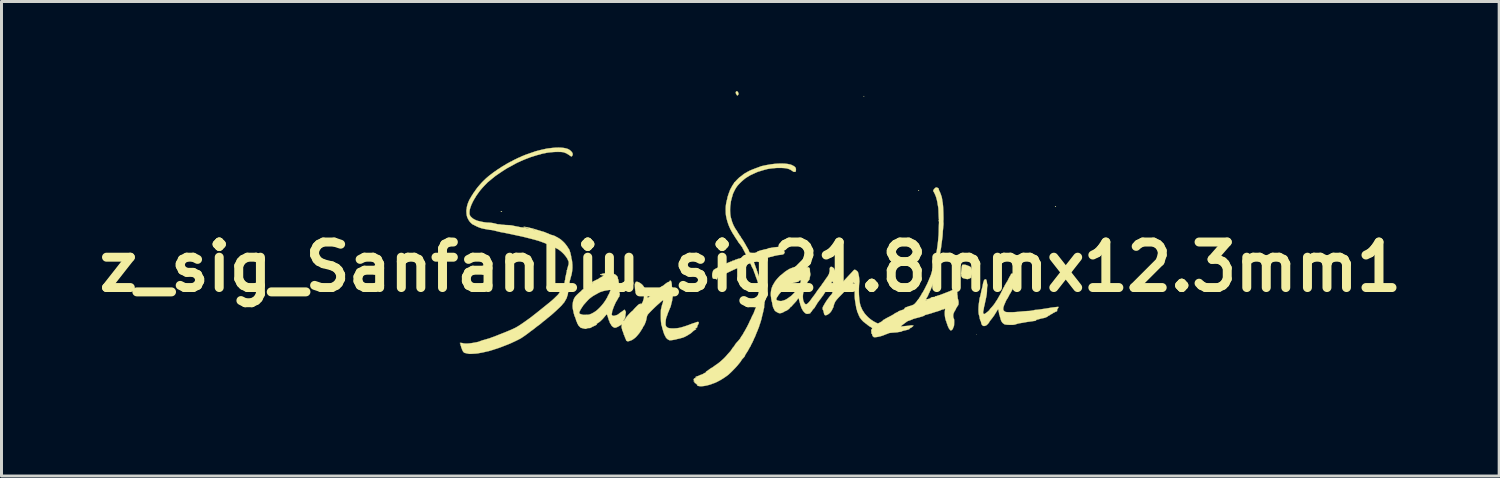
<source format=kicad_pcb>
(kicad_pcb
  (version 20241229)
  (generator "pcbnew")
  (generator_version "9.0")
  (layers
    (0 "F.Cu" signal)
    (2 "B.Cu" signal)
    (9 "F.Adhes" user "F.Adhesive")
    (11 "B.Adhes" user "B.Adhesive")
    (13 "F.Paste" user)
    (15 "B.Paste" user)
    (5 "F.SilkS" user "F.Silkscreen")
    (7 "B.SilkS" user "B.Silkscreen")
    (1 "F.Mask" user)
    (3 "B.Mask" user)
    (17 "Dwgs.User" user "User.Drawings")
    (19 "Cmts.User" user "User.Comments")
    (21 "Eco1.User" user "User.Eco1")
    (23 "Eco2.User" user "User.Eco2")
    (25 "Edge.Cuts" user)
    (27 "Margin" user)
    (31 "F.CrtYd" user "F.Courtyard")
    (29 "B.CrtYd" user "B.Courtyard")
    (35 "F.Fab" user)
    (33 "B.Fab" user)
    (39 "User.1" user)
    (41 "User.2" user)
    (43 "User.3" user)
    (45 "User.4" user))
  (footprint "z_sig_SanfanLiu_sig21.8mmx12.3mm1"
    (layer "F.Cu")
    (at 22.069 5.887)
    (property "Reference" "z_sig_SanfanLiu_sig21.8mmx12.3mm1" (at 0 0 0) (layer "F.SilkS") (effects (font (size 1.524 1.524) (thickness 0.3))))
    (attr through_hole)
    (fp_poly (pts (xy 2.023 1.54) (xy 2.022 1.544) (xy 2.019 1.544) (xy 2.013 1.542) (xy 2.014 1.54) (xy 2.022 1.539) (xy 2.023 1.54)) (stroke (width 0.01) (type solid)) (fill yes) (layer "F.SilkS"))
    (fp_poly (pts (xy 6.862 0.711) (xy 6.863 0.719) (xy 6.862 0.72) (xy 6.858 0.719) (xy 6.858 0.715) (xy 6.86 0.71) (xy 6.862 0.711)) (stroke (width 0.01) (type solid)) (fill yes) (layer "F.SilkS"))
    (fp_poly (pts (xy 7.571 2.255) (xy 7.57 2.259) (xy 7.567 2.259) (xy 7.561 2.257) (xy 7.562 2.255) (xy 7.57 2.254) (xy 7.571 2.255)) (stroke (width 0.01) (type solid)) (fill yes) (layer "F.SilkS"))
    (fp_poly (pts (xy 3.81 -5.717) (xy 3.81 -5.715) (xy 3.805 -5.709) (xy 3.8 -5.708) (xy 3.793 -5.712) (xy 3.793 -5.715) (xy 3.802 -5.721) (xy 3.804 -5.722) (xy 3.81 -5.717)) (stroke (width 0.01) (type solid)) (fill yes) (layer "F.SilkS"))
    (fp_poly (pts (xy 5.646 -2.564) (xy 5.648 -2.56) (xy 5.643 -2.555) (xy 5.635 -2.553) (xy 5.624 -2.556) (xy 5.621 -2.56) (xy 5.627 -2.565) (xy 5.635 -2.567) (xy 5.646 -2.564)) (stroke (width 0.01) (type solid)) (fill yes) (layer "F.SilkS"))
    (fp_poly (pts (xy 10.216 -2.027) (xy 10.224 -2.022) (xy 10.232 -2.015) (xy 10.229 -2.013) (xy 10.218 -2.012) (xy 10.205 -2.014) (xy 10.2 -2.018) (xy 10.205 -2.027) (xy 10.216 -2.027)) (stroke (width 0.01) (type solid)) (fill yes) (layer "F.SilkS"))
    (fp_poly (pts (xy -8.316 -1.857) (xy -8.311 -1.852) (xy -8.312 -1.852) (xy -8.321 -1.847) (xy -8.336 -1.845) (xy -8.35 -1.847) (xy -8.355 -1.852) (xy -8.349 -1.856) (xy -8.335 -1.858) (xy -8.331 -1.858) (xy -8.316 -1.857)) (stroke (width 0.01) (type solid)) (fill yes) (layer "F.SilkS"))
    (fp_poly (pts (xy -0.436 -5.876) (xy -0.419 -5.863) (xy -0.409 -5.845) (xy -0.408 -5.837) (xy -0.405 -5.823) (xy -0.4 -5.818) (xy -0.396 -5.808) (xy -0.397 -5.791) (xy -0.397 -5.79) (xy -0.404 -5.767) (xy -0.416 -5.751) (xy -0.429 -5.743) (xy -0.443 -5.744) (xy -0.453 -5.756) (xy -0.455 -5.759) (xy -0.464 -5.778) (xy -0.475 -5.794) (xy -0.485 -5.814) (xy -0.488 -5.837) (xy -0.484 -5.858) (xy -0.473 -5.874) (xy -0.458 -5.882) (xy -0.455 -5.882) (xy -0.436 -5.876)) (stroke (width 0.01) (type solid)) (fill yes) (layer "F.SilkS"))
    (fp_poly (pts (xy 7.158 -0.076) (xy 7.186 -0.073) (xy 7.211 -0.069) (xy 7.228 -0.064) (xy 7.229 -0.063) (xy 7.245 -0.057) (xy 7.269 -0.048) (xy 7.296 -0.038) (xy 7.3 -0.036) (xy 7.336 -0.022) (xy 7.36 -0.008) (xy 7.377 0.007) (xy 7.388 0.025) (xy 7.394 0.043) (xy 7.401 0.064) (xy 7.408 0.079) (xy 7.411 0.084) (xy 7.416 0.094) (xy 7.419 0.114) (xy 7.421 0.141) (xy 7.421 0.172) (xy 7.42 0.203) (xy 7.418 0.232) (xy 7.415 0.255) (xy 7.413 0.264) (xy 7.406 0.282) (xy 7.4 0.294) (xy 7.399 0.296) (xy 7.397 0.306) (xy 7.397 0.323) (xy 7.398 0.328) (xy 7.399 0.346) (xy 7.395 0.355) (xy 7.389 0.359) (xy 7.375 0.366) (xy 7.357 0.376) (xy 7.353 0.379) (xy 7.335 0.389) (xy 7.318 0.394) (xy 7.315 0.394) (xy 7.302 0.397) (xy 7.296 0.401) (xy 7.285 0.406) (xy 7.264 0.406) (xy 7.239 0.403) (xy 7.208 0.397) (xy 7.176 0.389) (xy 7.145 0.381) (xy 7.12 0.373) (xy 7.103 0.366) (xy 7.102 0.365) (xy 7.09 0.354) (xy 7.085 0.344) (xy 7.081 0.333) (xy 7.071 0.319) (xy 7.069 0.318) (xy 7.059 0.304) (xy 7.057 0.29) (xy 7.059 0.276) (xy 7.061 0.254) (xy 7.057 0.243) (xy 7.054 0.231) (xy 7.054 0.209) (xy 7.055 0.199) (xy 7.058 0.171) (xy 7.061 0.139) (xy 7.063 0.124) (xy 7.069 0.058) (xy 7.076 0.006) (xy 7.083 -0.033) (xy 7.091 -0.058) (xy 7.097 -0.068) (xy 7.104 -0.074) (xy 7.116 -0.077) (xy 7.135 -0.077) (xy 7.158 -0.076)) (stroke (width 0.01) (type solid)) (fill yes) (layer "F.SilkS"))
    (fp_poly (pts (xy 8.796 0.223) (xy 8.806 0.233) (xy 8.81 0.241) (xy 8.817 0.254) (xy 8.822 0.261) (xy 8.822 0.261) (xy 8.828 0.266) (xy 8.835 0.279) (xy 8.841 0.295) (xy 8.844 0.307) (xy 8.844 0.311) (xy 8.843 0.32) (xy 8.842 0.339) (xy 8.841 0.364) (xy 8.84 0.371) (xy 8.838 0.405) (xy 8.832 0.435) (xy 8.827 0.451) (xy 8.82 0.476) (xy 8.819 0.504) (xy 8.82 0.515) (xy 8.821 0.547) (xy 8.816 0.571) (xy 8.816 0.572) (xy 8.811 0.59) (xy 8.809 0.614) (xy 8.809 0.628) (xy 8.806 0.663) (xy 8.794 0.706) (xy 8.772 0.756) (xy 8.74 0.815) (xy 8.739 0.816) (xy 8.726 0.84) (xy 8.716 0.86) (xy 8.71 0.873) (xy 8.71 0.875) (xy 8.705 0.882) (xy 8.704 0.882) (xy 8.701 0.883) (xy 8.697 0.886) (xy 8.692 0.894) (xy 8.685 0.907) (xy 8.674 0.928) (xy 8.659 0.957) (xy 8.641 0.993) (xy 8.625 1.022) (xy 8.61 1.049) (xy 8.596 1.07) (xy 8.591 1.078) (xy 8.579 1.095) (xy 8.565 1.121) (xy 8.551 1.15) (xy 8.546 1.161) (xy 8.534 1.191) (xy 8.522 1.219) (xy 8.512 1.241) (xy 8.509 1.247) (xy 8.499 1.271) (xy 8.49 1.296) (xy 8.488 1.3) (xy 8.482 1.322) (xy 8.475 1.342) (xy 8.474 1.345) (xy 8.47 1.362) (xy 8.468 1.385) (xy 8.468 1.403) (xy 8.468 1.427) (xy 8.472 1.442) (xy 8.48 1.456) (xy 8.488 1.464) (xy 8.504 1.48) (xy 8.519 1.492) (xy 8.534 1.501) (xy 8.553 1.507) (xy 8.578 1.511) (xy 8.61 1.513) (xy 8.651 1.514) (xy 8.693 1.515) (xy 8.742 1.515) (xy 8.79 1.514) (xy 8.838 1.512) (xy 8.889 1.508) (xy 8.948 1.503) (xy 9.016 1.497) (xy 9.02 1.496) (xy 9.075 1.491) (xy 9.129 1.486) (xy 9.181 1.482) (xy 9.228 1.479) (xy 9.267 1.476) (xy 9.294 1.475) (xy 9.329 1.473) (xy 9.361 1.471) (xy 9.387 1.468) (xy 9.401 1.465) (xy 9.424 1.46) (xy 9.452 1.456) (xy 9.464 1.454) (xy 9.486 1.451) (xy 9.502 1.447) (xy 9.508 1.444) (xy 9.518 1.44) (xy 9.536 1.438) (xy 9.548 1.437) (xy 9.572 1.436) (xy 9.603 1.434) (xy 9.632 1.43) (xy 9.687 1.423) (xy 9.745 1.414) (xy 9.802 1.406) (xy 9.857 1.398) (xy 9.908 1.39) (xy 9.951 1.383) (xy 9.986 1.377) (xy 10.01 1.373) (xy 10.044 1.367) (xy 10.082 1.361) (xy 10.113 1.356) (xy 10.153 1.352) (xy 10.193 1.347) (xy 10.231 1.343) (xy 10.264 1.339) (xy 10.288 1.337) (xy 10.3 1.335) (xy 10.312 1.336) (xy 10.315 1.344) (xy 10.315 1.35) (xy 10.309 1.367) (xy 10.298 1.384) (xy 10.281 1.407) (xy 10.27 1.431) (xy 10.267 1.45) (xy 10.27 1.459) (xy 10.273 1.47) (xy 10.266 1.48) (xy 10.264 1.481) (xy 10.249 1.489) (xy 10.24 1.491) (xy 10.229 1.494) (xy 10.211 1.503) (xy 10.198 1.511) (xy 10.179 1.522) (xy 10.164 1.529) (xy 10.158 1.531) (xy 10.149 1.535) (xy 10.133 1.545) (xy 10.121 1.554) (xy 10.102 1.567) (xy 10.086 1.576) (xy 10.078 1.577) (xy 10.065 1.582) (xy 10.05 1.593) (xy 10.046 1.596) (xy 10.028 1.611) (xy 10.005 1.624) (xy 9.996 1.627) (xy 9.978 1.636) (xy 9.965 1.645) (xy 9.962 1.649) (xy 9.954 1.656) (xy 9.936 1.667) (xy 9.913 1.679) (xy 9.887 1.69) (xy 9.861 1.7) (xy 9.849 1.703) (xy 9.828 1.708) (xy 9.801 1.714) (xy 9.776 1.718) (xy 9.746 1.724) (xy 9.716 1.732) (xy 9.695 1.738) (xy 9.67 1.746) (xy 9.639 1.754) (xy 9.62 1.758) (xy 9.594 1.765) (xy 9.578 1.772) (xy 9.566 1.783) (xy 9.564 1.786) (xy 9.549 1.801) (xy 9.53 1.805) (xy 9.513 1.806) (xy 9.488 1.809) (xy 9.459 1.814) (xy 9.448 1.815) (xy 9.413 1.821) (xy 9.376 1.826) (xy 9.343 1.831) (xy 9.338 1.831) (xy 9.306 1.835) (xy 9.272 1.84) (xy 9.248 1.844) (xy 9.192 1.854) (xy 9.148 1.862) (xy 9.115 1.868) (xy 9.092 1.872) (xy 9.076 1.874) (xy 9.071 1.875) (xy 9.004 1.886) (xy 8.94 1.901) (xy 8.907 1.912) (xy 8.877 1.922) (xy 8.851 1.929) (xy 8.827 1.934) (xy 8.801 1.937) (xy 8.769 1.939) (xy 8.729 1.939) (xy 8.715 1.939) (xy 8.663 1.938) (xy 8.615 1.936) (xy 8.572 1.932) (xy 8.537 1.927) (xy 8.511 1.92) (xy 8.499 1.914) (xy 8.485 1.904) (xy 8.467 1.891) (xy 8.463 1.888) (xy 8.436 1.863) (xy 8.412 1.828) (xy 8.393 1.789) (xy 8.385 1.767) (xy 8.37 1.711) (xy 8.357 1.666) (xy 8.348 1.63) (xy 8.347 1.624) (xy 8.341 1.605) (xy 8.335 1.592) (xy 8.333 1.59) (xy 8.329 1.581) (xy 8.327 1.564) (xy 8.327 1.555) (xy 8.327 1.537) (xy 8.324 1.526) (xy 8.322 1.524) (xy 8.319 1.518) (xy 8.315 1.502) (xy 8.312 1.479) (xy 8.312 1.474) (xy 8.308 1.447) (xy 8.303 1.429) (xy 8.299 1.421) (xy 8.288 1.425) (xy 8.274 1.44) (xy 8.256 1.468) (xy 8.248 1.483) (xy 8.234 1.508) (xy 8.223 1.525) (xy 8.213 1.541) (xy 8.203 1.555) (xy 8.193 1.57) (xy 8.188 1.58) (xy 8.188 1.581) (xy 8.184 1.589) (xy 8.174 1.605) (xy 8.158 1.628) (xy 8.138 1.656) (xy 8.116 1.686) (xy 8.094 1.716) (xy 8.071 1.745) (xy 8.051 1.77) (xy 8.047 1.776) (xy 8.027 1.8) (xy 8.011 1.822) (xy 8.001 1.839) (xy 7.997 1.847) (xy 7.991 1.859) (xy 7.977 1.877) (xy 7.959 1.899) (xy 7.948 1.911) (xy 7.923 1.935) (xy 7.904 1.951) (xy 7.886 1.961) (xy 7.867 1.968) (xy 7.838 1.975) (xy 7.817 1.977) (xy 7.8 1.973) (xy 7.782 1.963) (xy 7.782 1.963) (xy 7.761 1.946) (xy 7.745 1.923) (xy 7.734 1.894) (xy 7.725 1.855) (xy 7.722 1.838) (xy 7.716 1.817) (xy 7.705 1.8) (xy 7.705 1.8) (xy 7.697 1.788) (xy 7.695 1.781) (xy 7.695 1.781) (xy 7.695 1.772) (xy 7.69 1.758) (xy 7.689 1.755) (xy 7.682 1.739) (xy 7.679 1.727) (xy 7.679 1.726) (xy 7.679 1.712) (xy 7.675 1.69) (xy 7.669 1.661) (xy 7.661 1.63) (xy 7.652 1.601) (xy 7.645 1.571) (xy 7.641 1.53) (xy 7.638 1.48) (xy 7.637 1.425) (xy 7.639 1.366) (xy 7.642 1.306) (xy 7.648 1.247) (xy 7.653 1.21) (xy 7.659 1.171) (xy 7.664 1.133) (xy 7.669 1.101) (xy 7.672 1.076) (xy 7.673 1.069) (xy 7.676 1.047) (xy 7.68 1.03) (xy 7.683 1.024) (xy 7.687 1.013) (xy 7.693 0.993) (xy 7.698 0.974) (xy 7.705 0.943) (xy 7.713 0.909) (xy 7.717 0.889) (xy 7.724 0.859) (xy 7.73 0.828) (xy 7.733 0.81) (xy 7.739 0.782) (xy 7.746 0.753) (xy 7.749 0.743) (xy 7.755 0.722) (xy 7.763 0.691) (xy 7.771 0.654) (xy 7.779 0.616) (xy 7.786 0.578) (xy 7.791 0.552) (xy 7.796 0.53) (xy 7.803 0.51) (xy 7.803 0.508) (xy 7.811 0.49) (xy 7.816 0.468) (xy 7.816 0.467) (xy 7.824 0.447) (xy 7.835 0.43) (xy 7.836 0.429) (xy 7.853 0.418) (xy 7.871 0.413) (xy 7.887 0.415) (xy 7.894 0.421) (xy 7.906 0.45) (xy 7.915 0.483) (xy 7.921 0.522) (xy 7.923 0.548) (xy 7.927 0.566) (xy 7.933 0.586) (xy 7.934 0.587) (xy 7.939 0.604) (xy 7.938 0.62) (xy 7.934 0.637) (xy 7.93 0.657) (xy 7.926 0.688) (xy 7.924 0.726) (xy 7.923 0.755) (xy 7.922 0.809) (xy 7.919 0.858) (xy 7.914 0.904) (xy 7.907 0.952) (xy 7.897 1.006) (xy 7.887 1.053) (xy 7.879 1.092) (xy 7.871 1.129) (xy 7.864 1.162) (xy 7.858 1.187) (xy 7.857 1.193) (xy 7.851 1.224) (xy 7.844 1.258) (xy 7.841 1.273) (xy 7.836 1.297) (xy 7.83 1.316) (xy 7.827 1.325) (xy 7.822 1.341) (xy 7.821 1.355) (xy 7.819 1.372) (xy 7.815 1.398) (xy 7.809 1.43) (xy 7.802 1.464) (xy 7.795 1.492) (xy 7.793 1.516) (xy 7.796 1.54) (xy 7.805 1.561) (xy 7.817 1.574) (xy 7.826 1.577) (xy 7.84 1.573) (xy 7.86 1.562) (xy 7.885 1.545) (xy 7.913 1.524) (xy 7.941 1.502) (xy 7.967 1.479) (xy 7.99 1.458) (xy 8.006 1.44) (xy 8.014 1.428) (xy 8.014 1.425) (xy 8.019 1.418) (xy 8.029 1.404) (xy 8.039 1.393) (xy 8.069 1.36) (xy 8.093 1.334) (xy 8.112 1.311) (xy 8.129 1.291) (xy 8.147 1.269) (xy 8.158 1.254) (xy 8.176 1.229) (xy 8.194 1.204) (xy 8.206 1.184) (xy 8.21 1.178) (xy 8.223 1.155) (xy 8.238 1.133) (xy 8.241 1.13) (xy 8.254 1.112) (xy 8.264 1.096) (xy 8.266 1.093) (xy 8.272 1.082) (xy 8.283 1.063) (xy 8.297 1.038) (xy 8.313 1.01) (xy 8.328 0.983) (xy 8.342 0.959) (xy 8.352 0.942) (xy 8.356 0.936) (xy 8.363 0.922) (xy 8.375 0.9) (xy 8.389 0.873) (xy 8.404 0.842) (xy 8.42 0.811) (xy 8.435 0.781) (xy 8.447 0.754) (xy 8.457 0.734) (xy 8.462 0.723) (xy 8.462 0.721) (xy 8.466 0.713) (xy 8.475 0.697) (xy 8.486 0.681) (xy 8.498 0.662) (xy 8.506 0.646) (xy 8.509 0.638) (xy 8.512 0.629) (xy 8.521 0.612) (xy 8.534 0.59) (xy 8.536 0.587) (xy 8.551 0.563) (xy 8.565 0.539) (xy 8.574 0.521) (xy 8.584 0.505) (xy 8.592 0.494) (xy 8.593 0.493) (xy 8.6 0.485) (xy 8.61 0.468) (xy 8.615 0.456) (xy 8.625 0.436) (xy 8.633 0.42) (xy 8.636 0.414) (xy 8.642 0.403) (xy 8.651 0.384) (xy 8.657 0.371) (xy 8.669 0.347) (xy 8.682 0.325) (xy 8.688 0.317) (xy 8.698 0.302) (xy 8.703 0.291) (xy 8.703 0.289) (xy 8.707 0.28) (xy 8.713 0.274) (xy 8.721 0.261) (xy 8.723 0.25) (xy 8.729 0.235) (xy 8.746 0.225) (xy 8.774 0.221) (xy 8.779 0.221) (xy 8.796 0.223)) (stroke (width 0.01) (type solid)) (fill yes) (layer "F.SilkS"))
    (fp_poly (pts (xy -4.752 0.211) (xy -4.705 0.212) (xy -4.669 0.212) (xy -4.642 0.213) (xy -4.622 0.215) (xy -4.608 0.217) (xy -4.596 0.221) (xy -4.585 0.225) (xy -4.561 0.236) (xy -4.537 0.247) (xy -4.531 0.25) (xy -4.514 0.26) (xy -4.493 0.277) (xy -4.473 0.298) (xy -4.472 0.298) (xy -4.454 0.319) (xy -4.444 0.336) (xy -4.438 0.353) (xy -4.436 0.377) (xy -4.436 0.385) (xy -4.431 0.402) (xy -4.425 0.411) (xy -4.42 0.423) (xy -4.415 0.446) (xy -4.411 0.476) (xy -4.411 0.477) (xy -4.408 0.506) (xy -4.403 0.533) (xy -4.398 0.552) (xy -4.397 0.554) (xy -4.39 0.575) (xy -4.391 0.591) (xy -4.394 0.609) (xy -4.394 0.638) (xy -4.391 0.678) (xy -4.388 0.702) (xy -4.389 0.751) (xy -4.394 0.778) (xy -4.4 0.801) (xy -4.401 0.814) (xy -4.399 0.823) (xy -4.395 0.829) (xy -4.387 0.843) (xy -4.381 0.863) (xy -4.38 0.866) (xy -4.376 0.885) (xy -4.371 0.898) (xy -4.37 0.9) (xy -4.368 0.912) (xy -4.372 0.927) (xy -4.378 0.946) (xy -4.383 0.97) (xy -4.383 0.973) (xy -4.389 0.996) (xy -4.405 1.014) (xy -4.405 1.015) (xy -4.418 1.028) (xy -4.425 1.04) (xy -4.425 1.042) (xy -4.429 1.055) (xy -4.438 1.069) (xy -4.448 1.083) (xy -4.452 1.093) (xy -4.452 1.094) (xy -4.455 1.103) (xy -4.465 1.118) (xy -4.472 1.129) (xy -4.485 1.148) (xy -4.496 1.166) (xy -4.499 1.172) (xy -4.506 1.188) (xy -4.511 1.196) (xy -4.518 1.21) (xy -4.525 1.227) (xy -4.538 1.256) (xy -4.549 1.282) (xy -4.557 1.3) (xy -4.559 1.304) (xy -4.568 1.324) (xy -4.578 1.349) (xy -4.588 1.377) (xy -4.597 1.402) (xy -4.602 1.419) (xy -4.602 1.42) (xy -4.609 1.441) (xy -4.617 1.456) (xy -4.624 1.474) (xy -4.627 1.495) (xy -4.627 1.496) (xy -4.629 1.517) (xy -4.633 1.543) (xy -4.636 1.556) (xy -4.641 1.578) (xy -4.641 1.592) (xy -4.637 1.603) (xy -4.634 1.608) (xy -4.619 1.625) (xy -4.601 1.635) (xy -4.576 1.637) (xy -4.544 1.632) (xy -4.503 1.62) (xy -4.495 1.618) (xy -4.465 1.607) (xy -4.443 1.598) (xy -4.425 1.587) (xy -4.406 1.572) (xy -4.385 1.554) (xy -4.364 1.538) (xy -4.34 1.521) (xy -4.33 1.515) (xy -4.308 1.501) (xy -4.282 1.482) (xy -4.258 1.464) (xy -4.234 1.444) (xy -4.218 1.434) (xy -4.209 1.432) (xy -4.205 1.437) (xy -4.204 1.443) (xy -4.199 1.456) (xy -4.192 1.46) (xy -4.181 1.47) (xy -4.176 1.486) (xy -4.172 1.507) (xy -4.169 1.524) (xy -4.168 1.539) (xy -4.171 1.548) (xy -4.175 1.558) (xy -4.178 1.578) (xy -4.181 1.604) (xy -4.181 1.611) (xy -4.185 1.654) (xy -4.192 1.69) (xy -4.2 1.718) (xy -4.207 1.73) (xy -4.216 1.744) (xy -4.221 1.751) (xy -4.23 1.765) (xy -4.24 1.781) (xy -4.248 1.794) (xy -4.25 1.802) (xy -4.249 1.802) (xy -4.241 1.803) (xy -4.229 1.796) (xy -4.218 1.784) (xy -4.214 1.776) (xy -4.206 1.761) (xy -4.194 1.745) (xy -4.179 1.726) (xy -4.168 1.708) (xy -4.156 1.689) (xy -4.135 1.662) (xy -4.109 1.631) (xy -4.079 1.597) (xy -4.047 1.563) (xy -4.015 1.53) (xy -3.986 1.502) (xy -3.96 1.48) (xy -3.946 1.469) (xy -3.929 1.455) (xy -3.917 1.439) (xy -3.916 1.437) (xy -3.908 1.427) (xy -3.893 1.41) (xy -3.872 1.387) (xy -3.846 1.36) (xy -3.819 1.333) (xy -3.782 1.296) (xy -3.753 1.269) (xy -3.731 1.252) (xy -3.716 1.243) (xy -3.712 1.241) (xy -3.691 1.237) (xy -3.676 1.233) (xy -3.665 1.23) (xy -3.665 1.233) (xy -3.669 1.239) (xy -3.674 1.247) (xy -3.671 1.25) (xy -3.668 1.25) (xy -3.654 1.244) (xy -3.638 1.228) (xy -3.622 1.205) (xy -3.607 1.178) (xy -3.595 1.15) (xy -3.587 1.123) (xy -3.586 1.115) (xy -3.581 1.1) (xy -3.578 1.095) (xy -3.572 1.08) (xy -3.566 1.053) (xy -3.561 1.012) (xy -3.56 0.999) (xy -3.562 0.969) (xy -3.569 0.946) (xy -3.579 0.929) (xy -3.594 0.909) (xy -3.61 0.89) (xy -3.626 0.874) (xy -3.639 0.864) (xy -3.643 0.862) (xy -3.649 0.857) (xy -3.65 0.856) (xy -3.655 0.849) (xy -3.658 0.849) (xy -3.67 0.845) (xy -3.675 0.841) (xy -3.69 0.831) (xy -3.715 0.822) (xy -3.744 0.815) (xy -3.775 0.81) (xy -3.793 0.809) (xy -3.816 0.808) (xy -3.829 0.806) (xy -3.838 0.8) (xy -3.845 0.787) (xy -3.847 0.784) (xy -3.857 0.756) (xy -3.861 0.72) (xy -3.861 0.719) (xy -3.862 0.698) (xy -3.863 0.683) (xy -3.864 0.678) (xy -3.864 0.672) (xy -3.865 0.656) (xy -3.866 0.632) (xy -3.866 0.622) (xy -3.867 0.592) (xy -3.866 0.572) (xy -3.862 0.559) (xy -3.856 0.549) (xy -3.847 0.532) (xy -3.843 0.518) (xy -3.838 0.504) (xy -3.823 0.497) (xy -3.8 0.496) (xy -3.772 0.5) (xy -3.741 0.511) (xy -3.716 0.523) (xy -3.667 0.554) (xy -3.628 0.586) (xy -3.595 0.621) (xy -3.566 0.663) (xy -3.551 0.688) (xy -3.539 0.709) (xy -3.531 0.722) (xy -3.529 0.727) (xy -3.527 0.735) (xy -3.519 0.751) (xy -3.509 0.773) (xy -3.507 0.779) (xy -3.494 0.809) (xy -3.481 0.845) (xy -3.47 0.88) (xy -3.47 0.882) (xy -3.461 0.915) (xy -3.456 0.939) (xy -3.452 0.956) (xy -3.449 0.971) (xy -3.447 0.986) (xy -3.446 0.998) (xy -3.442 1.017) (xy -3.435 1.027) (xy -3.425 1.027) (xy -3.408 1.018) (xy -3.384 0.998) (xy -3.382 0.996) (xy -3.341 0.967) (xy -3.305 0.951) (xy -3.283 0.943) (xy -3.266 0.934) (xy -3.249 0.921) (xy -3.23 0.901) (xy -3.221 0.891) (xy -3.207 0.876) (xy -3.187 0.857) (xy -3.173 0.844) (xy -3.156 0.827) (xy -3.145 0.812) (xy -3.141 0.803) (xy -3.137 0.79) (xy -3.13 0.779) (xy -3.116 0.765) (xy -3.099 0.75) (xy -3.08 0.734) (xy -3.063 0.722) (xy -3.051 0.716) (xy -3.049 0.715) (xy -3.041 0.711) (xy -3.027 0.699) (xy -3.009 0.683) (xy -3.004 0.678) (xy -2.98 0.657) (xy -2.96 0.644) (xy -2.951 0.642) (xy -2.937 0.637) (xy -2.917 0.625) (xy -2.894 0.607) (xy -2.86 0.579) (xy -2.827 0.553) (xy -2.798 0.533) (xy -2.774 0.517) (xy -2.758 0.509) (xy -2.752 0.508) (xy -2.733 0.503) (xy -2.714 0.49) (xy -2.701 0.473) (xy -2.7 0.47) (xy -2.69 0.457) (xy -2.677 0.456) (xy -2.663 0.466) (xy -2.653 0.48) (xy -2.644 0.5) (xy -2.637 0.531) (xy -2.631 0.57) (xy -2.628 0.612) (xy -2.626 0.65) (xy -2.624 0.665) (xy -2.62 0.672) (xy -2.614 0.681) (xy -2.614 0.688) (xy -2.609 0.701) (xy -2.6 0.712) (xy -2.591 0.726) (xy -2.59 0.736) (xy -2.593 0.753) (xy -2.594 0.774) (xy -2.594 0.796) (xy -2.591 0.814) (xy -2.587 0.822) (xy -2.582 0.831) (xy -2.583 0.836) (xy -2.586 0.849) (xy -2.589 0.874) (xy -2.593 0.911) (xy -2.596 0.96) (xy -2.597 0.969) (xy -2.6 0.998) (xy -2.603 1.024) (xy -2.607 1.043) (xy -2.607 1.043) (xy -2.612 1.066) (xy -2.614 1.09) (xy -2.616 1.11) (xy -2.62 1.135) (xy -2.624 1.15) (xy -2.631 1.175) (xy -2.639 1.207) (xy -2.647 1.238) (xy -2.647 1.24) (xy -2.657 1.283) (xy -2.665 1.314) (xy -2.672 1.336) (xy -2.677 1.351) (xy -2.682 1.361) (xy -2.685 1.364) (xy -2.692 1.376) (xy -2.694 1.383) (xy -2.696 1.392) (xy -2.704 1.41) (xy -2.71 1.425) (xy -2.72 1.446) (xy -2.726 1.463) (xy -2.727 1.471) (xy -2.731 1.484) (xy -2.74 1.498) (xy -2.75 1.516) (xy -2.757 1.537) (xy -2.757 1.537) (xy -2.762 1.555) (xy -2.767 1.567) (xy -2.767 1.567) (xy -2.772 1.578) (xy -2.777 1.595) (xy -2.777 1.597) (xy -2.783 1.617) (xy -2.793 1.641) (xy -2.797 1.65) (xy -2.812 1.689) (xy -2.824 1.737) (xy -2.832 1.793) (xy -2.837 1.852) (xy -2.837 1.88) (xy -2.837 1.916) (xy -2.836 1.941) (xy -2.833 1.956) (xy -2.829 1.964) (xy -2.828 1.965) (xy -2.822 1.973) (xy -2.823 1.977) (xy -2.821 1.985) (xy -2.811 1.998) (xy -2.795 2.013) (xy -2.776 2.027) (xy -2.762 2.035) (xy -2.733 2.045) (xy -2.694 2.052) (xy -2.647 2.056) (xy -2.593 2.058) (xy -2.536 2.056) (xy -2.478 2.052) (xy -2.421 2.046) (xy -2.368 2.037) (xy -2.321 2.025) (xy -2.319 2.025) (xy -2.288 2.016) (xy -2.259 2.007) (xy -2.236 2) (xy -2.226 1.997) (xy -2.187 1.985) (xy -2.14 1.969) (xy -2.088 1.951) (xy -2.034 1.931) (xy -1.999 1.917) (xy -1.965 1.904) (xy -1.933 1.893) (xy -1.905 1.883) (xy -1.886 1.878) (xy -1.885 1.878) (xy -1.862 1.871) (xy -1.834 1.861) (xy -1.817 1.854) (xy -1.781 1.841) (xy -1.754 1.839) (xy -1.737 1.842) (xy -1.73 1.847) (xy -1.728 1.86) (xy -1.728 1.868) (xy -1.731 1.891) (xy -1.741 1.915) (xy -1.751 1.931) (xy -1.763 1.952) (xy -1.772 1.969) (xy -1.775 1.978) (xy -1.776 1.993) (xy -1.777 2.007) (xy -1.782 2.023) (xy -1.798 2.035) (xy -1.8 2.036) (xy -1.819 2.047) (xy -1.836 2.061) (xy -1.848 2.073) (xy -1.852 2.08) (xy -1.846 2.081) (xy -1.833 2.078) (xy -1.831 2.078) (xy -1.814 2.073) (xy -1.809 2.074) (xy -1.815 2.08) (xy -1.832 2.092) (xy -1.847 2.1) (xy -1.87 2.116) (xy -1.899 2.137) (xy -1.927 2.161) (xy -1.938 2.172) (xy -1.962 2.194) (xy -1.985 2.214) (xy -2.004 2.228) (xy -2.012 2.233) (xy -2.029 2.243) (xy -2.053 2.258) (xy -2.078 2.274) (xy -2.082 2.277) (xy -2.114 2.296) (xy -2.15 2.315) (xy -2.186 2.334) (xy -2.221 2.35) (xy -2.25 2.362) (xy -2.271 2.369) (xy -2.273 2.369) (xy -2.292 2.374) (xy -2.318 2.381) (xy -2.336 2.386) (xy -2.363 2.394) (xy -2.389 2.4) (xy -2.403 2.403) (xy -2.427 2.408) (xy -2.454 2.414) (xy -2.46 2.416) (xy -2.504 2.428) (xy -2.556 2.438) (xy -2.608 2.447) (xy -2.64 2.451) (xy -2.675 2.454) (xy -2.699 2.454) (xy -2.713 2.452) (xy -2.72 2.447) (xy -2.72 2.447) (xy -2.729 2.441) (xy -2.742 2.436) (xy -2.756 2.428) (xy -2.775 2.414) (xy -2.794 2.397) (xy -2.812 2.379) (xy -2.825 2.363) (xy -2.832 2.352) (xy -2.832 2.349) (xy -2.831 2.341) (xy -2.834 2.339) (xy -2.839 2.334) (xy -2.848 2.319) (xy -2.859 2.298) (xy -2.861 2.294) (xy -2.872 2.272) (xy -2.88 2.255) (xy -2.887 2.239) (xy -2.893 2.221) (xy -2.901 2.198) (xy -2.911 2.166) (xy -2.913 2.159) (xy -2.927 2.112) (xy -2.938 2.076) (xy -2.946 2.049) (xy -2.951 2.029) (xy -2.954 2.016) (xy -2.954 2.007) (xy -2.954 2.007) (xy -2.957 1.993) (xy -2.961 1.989) (xy -2.966 1.979) (xy -2.968 1.968) (xy -2.97 1.955) (xy -2.974 1.949) (xy -2.979 1.939) (xy -2.98 1.93) (xy -2.981 1.916) (xy -2.983 1.894) (xy -2.987 1.867) (xy -2.988 1.858) (xy -2.991 1.833) (xy -2.993 1.798) (xy -2.995 1.756) (xy -2.996 1.709) (xy -2.997 1.66) (xy -2.997 1.609) (xy -2.997 1.56) (xy -2.996 1.514) (xy -2.995 1.474) (xy -2.994 1.442) (xy -2.991 1.42) (xy -2.99 1.414) (xy -2.984 1.394) (xy -2.978 1.366) (xy -2.971 1.337) (xy -2.971 1.337) (xy -2.96 1.289) (xy -2.947 1.247) (xy -2.934 1.213) (xy -2.93 1.2) (xy -2.926 1.181) (xy -2.922 1.158) (xy -2.919 1.137) (xy -2.918 1.122) (xy -2.918 1.117) (xy -2.927 1.117) (xy -2.943 1.126) (xy -2.966 1.143) (xy -2.994 1.167) (xy -3.005 1.176) (xy -3.031 1.201) (xy -3.063 1.229) (xy -3.095 1.257) (xy -3.109 1.269) (xy -3.143 1.3) (xy -3.183 1.337) (xy -3.226 1.379) (xy -3.27 1.422) (xy -3.314 1.466) (xy -3.354 1.507) (xy -3.389 1.544) (xy -3.417 1.575) (xy -3.424 1.583) (xy -3.436 1.598) (xy -3.442 1.611) (xy -3.442 1.614) (xy -3.445 1.623) (xy -3.448 1.624) (xy -3.452 1.628) (xy -3.457 1.641) (xy -3.462 1.663) (xy -3.47 1.696) (xy -3.479 1.741) (xy -3.479 1.743) (xy -3.492 1.799) (xy -3.508 1.849) (xy -3.524 1.886) (xy -3.531 1.904) (xy -3.536 1.917) (xy -3.536 1.919) (xy -3.54 1.929) (xy -3.55 1.946) (xy -3.564 1.966) (xy -3.566 1.969) (xy -3.581 1.99) (xy -3.591 2.007) (xy -3.596 2.019) (xy -3.596 2.02) (xy -3.6 2.031) (xy -3.609 2.049) (xy -3.619 2.065) (xy -3.632 2.084) (xy -3.64 2.099) (xy -3.643 2.105) (xy -3.647 2.113) (xy -3.656 2.122) (xy -3.666 2.133) (xy -3.67 2.14) (xy -3.674 2.152) (xy -3.686 2.172) (xy -3.704 2.197) (xy -3.726 2.227) (xy -3.752 2.258) (xy -3.779 2.29) (xy -3.805 2.32) (xy -3.83 2.346) (xy -3.851 2.366) (xy -3.862 2.375) (xy -3.883 2.391) (xy -3.907 2.409) (xy -3.914 2.414) (xy -3.937 2.43) (xy -3.958 2.443) (xy -3.984 2.455) (xy -4.017 2.467) (xy -4.022 2.469) (xy -4.055 2.48) (xy -4.078 2.486) (xy -4.096 2.489) (xy -4.111 2.487) (xy -4.124 2.483) (xy -4.146 2.471) (xy -4.159 2.456) (xy -4.161 2.44) (xy -4.161 2.439) (xy -4.163 2.426) (xy -4.17 2.419) (xy -4.18 2.405) (xy -4.183 2.391) (xy -4.187 2.373) (xy -4.194 2.36) (xy -4.202 2.347) (xy -4.204 2.338) (xy -4.207 2.325) (xy -4.214 2.307) (xy -4.222 2.289) (xy -4.229 2.275) (xy -4.232 2.273) (xy -4.235 2.265) (xy -4.239 2.248) (xy -4.24 2.239) (xy -4.246 2.218) (xy -4.253 2.202) (xy -4.256 2.198) (xy -4.262 2.184) (xy -4.262 2.175) (xy -4.263 2.162) (xy -4.27 2.155) (xy -4.281 2.14) (xy -4.288 2.112) (xy -4.288 2.111) (xy -4.293 2.087) (xy -4.299 2.065) (xy -4.302 2.057) (xy -4.307 2.041) (xy -4.31 2.017) (xy -4.311 1.991) (xy -4.31 1.968) (xy -4.306 1.951) (xy -4.303 1.946) (xy -4.299 1.937) (xy -4.303 1.931) (xy -4.311 1.929) (xy -4.324 1.934) (xy -4.343 1.947) (xy -4.392 1.978) (xy -4.449 2.008) (xy -4.485 2.024) (xy -4.515 2.033) (xy -4.541 2.034) (xy -4.567 2.025) (xy -4.597 2.007) (xy -4.603 2.003) (xy -4.632 1.979) (xy -4.651 1.957) (xy -4.659 1.938) (xy -4.659 1.936) (xy -4.662 1.926) (xy -4.664 1.924) (xy -4.675 1.914) (xy -4.688 1.897) (xy -4.699 1.876) (xy -4.707 1.856) (xy -4.708 1.85) (xy -4.712 1.831) (xy -4.718 1.816) (xy -4.719 1.815) (xy -4.723 1.807) (xy -4.722 1.805) (xy -4.721 1.802) (xy -4.726 1.798) (xy -4.735 1.788) (xy -4.736 1.783) (xy -4.739 1.771) (xy -4.745 1.756) (xy -4.75 1.738) (xy -4.753 1.726) (xy -4.756 1.712) (xy -4.763 1.695) (xy -4.77 1.678) (xy -4.773 1.664) (xy -4.776 1.646) (xy -4.779 1.639) (xy -4.785 1.625) (xy -4.794 1.607) (xy -4.795 1.604) (xy -4.805 1.581) (xy -4.836 1.614) (xy -4.858 1.639) (xy -4.88 1.666) (xy -4.893 1.682) (xy -4.913 1.706) (xy -4.938 1.734) (xy -4.966 1.763) (xy -4.996 1.792) (xy -5.023 1.818) (xy -5.046 1.837) (xy -5.057 1.845) (xy -5.094 1.87) (xy -5.121 1.887) (xy -5.139 1.9) (xy -5.15 1.908) (xy -5.154 1.913) (xy -5.154 1.916) (xy -5.15 1.918) (xy -5.147 1.918) (xy -5.137 1.922) (xy -5.139 1.927) (xy -5.141 1.929) (xy -5.158 1.94) (xy -5.188 1.956) (xy -5.23 1.976) (xy -5.262 1.991) (xy -5.29 2.004) (xy -5.315 2.017) (xy -5.333 2.028) (xy -5.338 2.032) (xy -5.352 2.04) (xy -5.37 2.044) (xy -5.396 2.045) (xy -5.401 2.045) (xy -5.43 2.047) (xy -5.457 2.051) (xy -5.476 2.056) (xy -5.487 2.063) (xy -5.488 2.065) (xy -5.493 2.072) (xy -5.508 2.073) (xy -5.533 2.07) (xy -5.571 2.062) (xy -5.596 2.056) (xy -5.678 2.035) (xy -5.72 1.993) (xy -5.74 1.973) (xy -5.755 1.955) (xy -5.764 1.942) (xy -5.765 1.939) (xy -5.771 1.921) (xy -5.779 1.906) (xy -5.788 1.898) (xy -5.789 1.898) (xy -5.794 1.893) (xy -5.795 1.881) (xy -5.798 1.867) (xy -5.806 1.846) (xy -5.815 1.827) (xy -5.826 1.805) (xy -5.833 1.785) (xy -5.835 1.773) (xy -5.839 1.756) (xy -5.846 1.741) (xy -5.852 1.728) (xy -5.849 1.725) (xy -5.847 1.72) (xy -5.853 1.708) (xy -5.856 1.704) (xy -5.864 1.69) (xy -5.867 1.681) (xy -5.866 1.68) (xy -5.867 1.673) (xy -5.875 1.66) (xy -5.876 1.659) (xy -5.885 1.644) (xy -5.889 1.632) (xy -5.891 1.616) (xy -5.899 1.589) (xy -5.908 1.564) (xy -5.91 1.552) (xy -5.91 1.549) (xy -5.911 1.541) (xy -5.911 1.54) (xy -5.727 1.54) (xy -5.721 1.555) (xy -5.706 1.567) (xy -5.681 1.579) (xy -5.645 1.59) (xy -5.641 1.591) (xy -5.622 1.596) (xy -5.608 1.6) (xy -5.605 1.601) (xy -5.596 1.602) (xy -5.576 1.602) (xy -5.549 1.602) (xy -5.515 1.602) (xy -5.501 1.601) (xy -5.463 1.6) (xy -5.434 1.599) (xy -5.412 1.597) (xy -5.393 1.593) (xy -5.375 1.587) (xy -5.352 1.578) (xy -5.345 1.575) (xy -5.314 1.562) (xy -5.283 1.546) (xy -5.258 1.532) (xy -5.251 1.528) (xy -5.228 1.514) (xy -5.206 1.5) (xy -5.195 1.493) (xy -5.161 1.469) (xy -5.121 1.436) (xy -5.078 1.396) (xy -5.033 1.351) (xy -4.989 1.303) (xy -4.947 1.253) (xy -4.909 1.205) (xy -4.877 1.159) (xy -4.875 1.156) (xy -4.865 1.141) (xy -4.851 1.12) (xy -4.845 1.112) (xy -4.834 1.095) (xy -4.827 1.083) (xy -4.826 1.08) (xy -4.823 1.073) (xy -4.814 1.059) (xy -4.807 1.048) (xy -4.793 1.025) (xy -4.782 1.001) (xy -4.779 0.993) (xy -4.771 0.973) (xy -4.764 0.959) (xy -4.763 0.957) (xy -4.753 0.941) (xy -4.741 0.92) (xy -4.728 0.896) (xy -4.717 0.871) (xy -4.708 0.85) (xy -4.702 0.836) (xy -4.702 0.83) (xy -4.701 0.823) (xy -4.693 0.81) (xy -4.692 0.809) (xy -4.681 0.789) (xy -4.68 0.776) (xy -4.691 0.77) (xy -4.702 0.769) (xy -4.723 0.77) (xy -4.754 0.774) (xy -4.79 0.78) (xy -4.829 0.786) (xy -4.867 0.794) (xy -4.899 0.801) (xy -4.923 0.807) (xy -4.926 0.808) (xy -4.955 0.818) (xy -4.987 0.828) (xy -5 0.831) (xy -5.021 0.839) (xy -5.05 0.852) (xy -5.081 0.868) (xy -5.103 0.88) (xy -5.137 0.899) (xy -5.172 0.919) (xy -5.205 0.937) (xy -5.22 0.945) (xy -5.25 0.963) (xy -5.282 0.983) (xy -5.308 1.002) (xy -5.31 1.003) (xy -5.332 1.02) (xy -5.353 1.036) (xy -5.368 1.047) (xy -5.387 1.062) (xy -5.412 1.086) (xy -5.443 1.118) (xy -5.479 1.157) (xy -5.517 1.199) (xy -5.526 1.21) (xy -5.549 1.235) (xy -5.568 1.257) (xy -5.583 1.274) (xy -5.591 1.284) (xy -5.592 1.284) (xy -5.6 1.295) (xy -5.601 1.301) (xy -5.605 1.309) (xy -5.616 1.324) (xy -5.621 1.33) (xy -5.633 1.346) (xy -5.64 1.358) (xy -5.641 1.361) (xy -5.645 1.37) (xy -5.647 1.371) (xy -5.654 1.379) (xy -5.664 1.395) (xy -5.677 1.417) (xy -5.691 1.443) (xy -5.705 1.47) (xy -5.716 1.494) (xy -5.724 1.513) (xy -5.727 1.521) (xy -5.727 1.54) (xy -5.911 1.54) (xy -5.915 1.523) (xy -5.919 1.502) (xy -5.932 1.451) (xy -5.941 1.408) (xy -5.946 1.372) (xy -5.949 1.338) (xy -5.95 1.304) (xy -5.95 1.293) (xy -5.948 1.265) (xy -5.945 1.233) (xy -5.942 1.201) (xy -5.937 1.173) (xy -5.933 1.151) (xy -5.929 1.14) (xy -5.929 1.14) (xy -5.924 1.128) (xy -5.918 1.111) (xy -5.914 1.093) (xy -5.912 1.086) (xy -5.908 1.075) (xy -5.899 1.056) (xy -5.886 1.034) (xy -5.871 1.011) (xy -5.858 0.991) (xy -5.851 0.983) (xy -5.832 0.962) (xy -5.807 0.936) (xy -5.778 0.908) (xy -5.749 0.881) (xy -5.72 0.855) (xy -5.694 0.833) (xy -5.674 0.817) (xy -5.663 0.81) (xy -5.652 0.799) (xy -5.648 0.788) (xy -5.643 0.776) (xy -5.626 0.765) (xy -5.62 0.762) (xy -5.602 0.752) (xy -5.58 0.735) (xy -5.555 0.714) (xy -5.542 0.702) (xy -5.481 0.645) (xy -5.418 0.593) (xy -5.39 0.572) (xy -5.354 0.572) (xy -5.352 0.574) (xy -5.344 0.573) (xy -5.329 0.565) (xy -5.304 0.552) (xy -5.303 0.551) (xy -5.278 0.536) (xy -5.264 0.525) (xy -5.26 0.517) (xy -5.268 0.515) (xy -5.276 0.518) (xy -5.291 0.527) (xy -5.31 0.539) (xy -5.328 0.551) (xy -5.344 0.563) (xy -5.353 0.57) (xy -5.354 0.572) (xy -5.39 0.572) (xy -5.358 0.547) (xy -5.326 0.526) (xy -5.302 0.511) (xy -5.295 0.506) (xy -5.251 0.506) (xy -5.244 0.507) (xy -5.236 0.506) (xy -5.236 0.504) (xy -5.244 0.502) (xy -5.248 0.503) (xy -5.251 0.506) (xy -5.295 0.506) (xy -5.272 0.494) (xy -5.239 0.475) (xy -5.204 0.457) (xy -5.171 0.44) (xy -5.141 0.426) (xy -5.117 0.415) (xy -5.1 0.409) (xy -5.096 0.408) (xy -5.086 0.403) (xy -5.077 0.392) (xy -5.066 0.382) (xy -5.046 0.369) (xy -5.02 0.355) (xy -5.011 0.351) (xy -4.98 0.335) (xy -4.953 0.318) (xy -4.931 0.302) (xy -4.917 0.287) (xy -4.913 0.279) (xy -4.919 0.276) (xy -4.935 0.276) (xy -4.946 0.277) (xy -4.968 0.278) (xy -4.979 0.276) (xy -4.98 0.274) (xy -4.975 0.268) (xy -4.973 0.267) (xy -4.967 0.263) (xy -4.966 0.262) (xy -4.972 0.259) (xy -4.987 0.258) (xy -4.996 0.259) (xy -5.018 0.26) (xy -5.026 0.256) (xy -5.027 0.255) (xy -5.024 0.248) (xy -5.023 0.247) (xy -5.016 0.246) (xy -4.998 0.241) (xy -4.974 0.235) (xy -4.955 0.229) (xy -4.932 0.223) (xy -4.912 0.219) (xy -4.892 0.215) (xy -4.87 0.213) (xy -4.843 0.212) (xy -4.809 0.212) (xy -4.764 0.211) (xy -4.752 0.211)) (stroke (width 0.01) (type solid)) (fill yes) (layer "F.SilkS"))
    (fp_poly (pts (xy -6.322 -3.993) (xy -6.241 -3.984) (xy -6.169 -3.969) (xy -6.107 -3.949) (xy -6.094 -3.943) (xy -6.06 -3.924) (xy -6.026 -3.898) (xy -5.995 -3.869) (xy -5.97 -3.839) (xy -5.961 -3.823) (xy -5.951 -3.801) (xy -5.947 -3.785) (xy -5.947 -3.769) (xy -5.95 -3.753) (xy -5.96 -3.723) (xy -5.973 -3.708) (xy -5.984 -3.7) (xy -5.993 -3.7) (xy -6.005 -3.705) (xy -6.014 -3.711) (xy -6.037 -3.725) (xy -6.059 -3.742) (xy -6.062 -3.744) (xy -6.078 -3.756) (xy -6.09 -3.763) (xy -6.093 -3.763) (xy -6.104 -3.768) (xy -6.109 -3.773) (xy -6.12 -3.781) (xy -6.14 -3.793) (xy -6.167 -3.806) (xy -6.196 -3.819) (xy -6.225 -3.83) (xy -6.23 -3.832) (xy -6.261 -3.841) (xy -6.303 -3.847) (xy -6.355 -3.851) (xy -6.419 -3.852) (xy -6.477 -3.852) (xy -6.519 -3.851) (xy -6.567 -3.849) (xy -6.619 -3.845) (xy -6.671 -3.84) (xy -6.722 -3.835) (xy -6.768 -3.83) (xy -6.806 -3.824) (xy -6.835 -3.819) (xy -6.838 -3.818) (xy -6.857 -3.813) (xy -6.883 -3.808) (xy -6.908 -3.804) (xy -6.961 -3.793) (xy -7 -3.782) (xy -7.015 -3.777) (xy -7.033 -3.771) (xy -7.045 -3.768) (xy -7.086 -3.758) (xy -7.136 -3.745) (xy -7.194 -3.727) (xy -7.216 -3.72) (xy -7.249 -3.71) (xy -7.283 -3.699) (xy -7.311 -3.69) (xy -7.326 -3.686) (xy -7.349 -3.679) (xy -7.368 -3.672) (xy -7.376 -3.669) (xy -7.389 -3.664) (xy -7.41 -3.656) (xy -7.433 -3.647) (xy -7.492 -3.625) (xy -7.549 -3.602) (xy -7.6 -3.581) (xy -7.61 -3.576) (xy -7.637 -3.564) (xy -7.665 -3.552) (xy -7.682 -3.546) (xy -7.7 -3.538) (xy -7.711 -3.531) (xy -7.714 -3.528) (xy -7.719 -3.524) (xy -7.726 -3.523) (xy -7.737 -3.52) (xy -7.757 -3.511) (xy -7.784 -3.499) (xy -7.815 -3.484) (xy -7.848 -3.467) (xy -7.88 -3.449) (xy -7.884 -3.447) (xy -7.93 -3.421) (xy -7.983 -3.392) (xy -8.038 -3.362) (xy -8.091 -3.334) (xy -8.125 -3.316) (xy -8.146 -3.304) (xy -8.176 -3.285) (xy -8.213 -3.262) (xy -8.256 -3.234) (xy -8.304 -3.203) (xy -8.353 -3.17) (xy -8.402 -3.137) (xy -8.45 -3.104) (xy -8.472 -3.089) (xy -8.494 -3.074) (xy -8.515 -3.059) (xy -8.526 -3.052) (xy -8.54 -3.042) (xy -8.549 -3.035) (xy -8.549 -3.034) (xy -8.555 -3.029) (xy -8.57 -3.017) (xy -8.591 -3) (xy -8.617 -2.979) (xy -8.633 -2.967) (xy -8.663 -2.942) (xy -8.692 -2.918) (xy -8.717 -2.897) (xy -8.735 -2.882) (xy -8.74 -2.878) (xy -8.759 -2.862) (xy -8.777 -2.847) (xy -8.785 -2.842) (xy -8.797 -2.833) (xy -8.803 -2.826) (xy -8.803 -2.826) (xy -8.808 -2.819) (xy -8.82 -2.806) (xy -8.837 -2.789) (xy -8.844 -2.782) (xy -8.87 -2.756) (xy -8.902 -2.723) (xy -8.936 -2.686) (xy -8.972 -2.647) (xy -9.005 -2.609) (xy -9.032 -2.577) (xy -9.039 -2.569) (xy -9.05 -2.554) (xy -9.062 -2.539) (xy -9.076 -2.521) (xy -9.091 -2.5) (xy -9.111 -2.472) (xy -9.136 -2.437) (xy -9.167 -2.393) (xy -9.168 -2.391) (xy -9.18 -2.374) (xy -9.189 -2.361) (xy -9.191 -2.356) (xy -9.194 -2.349) (xy -9.203 -2.333) (xy -9.216 -2.313) (xy -9.22 -2.307) (xy -9.236 -2.281) (xy -9.253 -2.252) (xy -9.27 -2.221) (xy -9.286 -2.192) (xy -9.299 -2.167) (xy -9.308 -2.148) (xy -9.311 -2.138) (xy -9.315 -2.128) (xy -9.323 -2.114) (xy -9.324 -2.113) (xy -9.332 -2.097) (xy -9.343 -2.07) (xy -9.357 -2.031) (xy -9.373 -1.984) (xy -9.388 -1.938) (xy -9.392 -1.918) (xy -9.397 -1.889) (xy -9.4 -1.857) (xy -9.401 -1.845) (xy -9.403 -1.796) (xy -9.398 -1.757) (xy -9.386 -1.724) (xy -9.366 -1.693) (xy -9.336 -1.662) (xy -9.335 -1.661) (xy -9.311 -1.64) (xy -9.287 -1.621) (xy -9.267 -1.607) (xy -9.263 -1.605) (xy -9.218 -1.581) (xy -9.182 -1.564) (xy -9.151 -1.552) (xy -9.121 -1.543) (xy -9.117 -1.542) (xy -9.089 -1.535) (xy -9.055 -1.527) (xy -9.021 -1.519) (xy -9.017 -1.518) (xy -8.974 -1.509) (xy -8.927 -1.5) (xy -8.88 -1.493) (xy -8.835 -1.488) (xy -8.797 -1.485) (xy -8.771 -1.484) (xy -8.73 -1.483) (xy -8.68 -1.478) (xy -8.625 -1.47) (xy -8.571 -1.459) (xy -8.521 -1.447) (xy -8.496 -1.439) (xy -8.473 -1.433) (xy -8.444 -1.429) (xy -8.415 -1.427) (xy -8.389 -1.426) (xy -8.368 -1.424) (xy -8.356 -1.421) (xy -8.355 -1.42) (xy -8.344 -1.417) (xy -8.324 -1.415) (xy -8.299 -1.413) (xy -8.299 -1.413) (xy -8.27 -1.411) (xy -8.241 -1.409) (xy -8.222 -1.407) (xy -8.203 -1.405) (xy -8.175 -1.404) (xy -8.141 -1.402) (xy -8.108 -1.401) (xy -8.065 -1.399) (xy -8.023 -1.395) (xy -7.987 -1.39) (xy -7.974 -1.388) (xy -7.943 -1.381) (xy -7.909 -1.373) (xy -7.868 -1.365) (xy -7.819 -1.356) (xy -7.79 -1.35) (xy -7.766 -1.346) (xy -7.735 -1.339) (xy -7.71 -1.334) (xy -7.681 -1.329) (xy -7.652 -1.325) (xy -7.632 -1.324) (xy -7.607 -1.322) (xy -7.578 -1.317) (xy -7.562 -1.313) (xy -7.526 -1.304) (xy -7.49 -1.295) (xy -7.459 -1.289) (xy -7.435 -1.285) (xy -7.423 -1.284) (xy -7.418 -1.285) (xy -7.424 -1.29) (xy -7.441 -1.296) (xy -7.466 -1.304) (xy -7.497 -1.312) (xy -7.516 -1.317) (xy -7.544 -1.324) (xy -7.567 -1.331) (xy -7.583 -1.336) (xy -7.587 -1.337) (xy -7.59 -1.342) (xy -7.582 -1.343) (xy -7.565 -1.343) (xy -7.541 -1.34) (xy -7.511 -1.336) (xy -7.477 -1.33) (xy -7.441 -1.323) (xy -7.409 -1.315) (xy -7.379 -1.308) (xy -7.345 -1.3) (xy -7.329 -1.297) (xy -7.307 -1.291) (xy -7.276 -1.283) (xy -7.241 -1.273) (xy -7.206 -1.262) (xy -7.142 -1.242) (xy -7.089 -1.226) (xy -7.046 -1.213) (xy -7.012 -1.203) (xy -6.984 -1.194) (xy -6.961 -1.188) (xy -6.942 -1.183) (xy -6.932 -1.18) (xy -6.9 -1.17) (xy -6.867 -1.158) (xy -6.848 -1.149) (xy -6.826 -1.139) (xy -6.809 -1.132) (xy -6.799 -1.129) (xy -6.787 -1.127) (xy -6.779 -1.123) (xy -6.752 -1.11) (xy -6.72 -1.095) (xy -6.688 -1.083) (xy -6.66 -1.072) (xy -6.639 -1.067) (xy -6.637 -1.066) (xy -6.615 -1.061) (xy -6.589 -1.053) (xy -6.561 -1.042) (xy -6.535 -1.031) (xy -6.515 -1.021) (xy -6.504 -1.013) (xy -6.492 -1.004) (xy -6.479 -1) (xy -6.462 -0.993) (xy -6.443 -0.981) (xy -6.441 -0.98) (xy -6.421 -0.966) (xy -6.398 -0.953) (xy -6.393 -0.95) (xy -6.371 -0.936) (xy -6.342 -0.915) (xy -6.31 -0.887) (xy -6.276 -0.857) (xy -6.243 -0.825) (xy -6.214 -0.795) (xy -6.192 -0.768) (xy -6.187 -0.762) (xy -6.175 -0.747) (xy -6.159 -0.725) (xy -6.144 -0.706) (xy -6.13 -0.687) (xy -6.12 -0.671) (xy -6.116 -0.663) (xy -6.116 -0.663) (xy -6.111 -0.654) (xy -6.107 -0.649) (xy -6.098 -0.638) (xy -6.088 -0.621) (xy -6.086 -0.618) (xy -6.078 -0.603) (xy -6.07 -0.595) (xy -6.069 -0.595) (xy -6.064 -0.591) (xy -6.065 -0.589) (xy -6.064 -0.581) (xy -6.058 -0.566) (xy -6.056 -0.563) (xy -6.047 -0.545) (xy -6.043 -0.529) (xy -6.043 -0.528) (xy -6.039 -0.512) (xy -6.033 -0.495) (xy -6.025 -0.476) (xy -6.02 -0.452) (xy -6.019 -0.447) (xy -6.014 -0.422) (xy -6.008 -0.394) (xy -6.005 -0.384) (xy -5.999 -0.356) (xy -5.995 -0.326) (xy -5.994 -0.317) (xy -5.992 -0.296) (xy -5.988 -0.28) (xy -5.987 -0.276) (xy -5.982 -0.262) (xy -5.976 -0.239) (xy -5.971 -0.211) (xy -5.967 -0.18) (xy -5.965 -0.16) (xy -5.963 -0.133) (xy -5.961 -0.104) (xy -5.96 -0.094) (xy -5.958 -0.074) (xy -5.957 -0.046) (xy -5.957 -0.013) (xy -5.956 0.013) (xy -5.958 0.056) (xy -5.962 0.104) (xy -5.968 0.156) (xy -5.976 0.205) (xy -5.985 0.251) (xy -5.994 0.288) (xy -5.999 0.301) (xy -6.005 0.321) (xy -6.013 0.349) (xy -6.022 0.381) (xy -6.025 0.395) (xy -6.032 0.424) (xy -6.039 0.447) (xy -6.044 0.463) (xy -6.045 0.467) (xy -6.048 0.477) (xy -6.051 0.496) (xy -6.053 0.521) (xy -6.053 0.526) (xy -6.056 0.552) (xy -6.059 0.573) (xy -6.063 0.585) (xy -6.063 0.586) (xy -6.067 0.596) (xy -6.071 0.615) (xy -6.075 0.642) (xy -6.077 0.659) (xy -6.084 0.727) (xy -6.091 0.788) (xy -6.099 0.843) (xy -6.106 0.888) (xy -6.113 0.924) (xy -6.119 0.949) (xy -6.125 0.962) (xy -6.132 0.976) (xy -6.134 0.985) (xy -6.138 1.007) (xy -6.146 1.031) (xy -6.154 1.052) (xy -6.16 1.063) (xy -6.167 1.074) (xy -6.178 1.092) (xy -6.189 1.111) (xy -6.207 1.144) (xy -6.221 1.169) (xy -6.233 1.187) (xy -6.244 1.201) (xy -6.257 1.215) (xy -6.268 1.225) (xy -6.281 1.239) (xy -6.289 1.251) (xy -6.29 1.253) (xy -6.295 1.261) (xy -6.308 1.277) (xy -6.33 1.299) (xy -6.357 1.327) (xy -6.39 1.359) (xy -6.428 1.394) (xy -6.468 1.432) (xy -6.509 1.471) (xy -6.552 1.509) (xy -6.593 1.547) (xy -6.633 1.582) (xy -6.669 1.614) (xy -6.702 1.641) (xy -6.729 1.663) (xy -6.734 1.667) (xy -6.755 1.684) (xy -6.774 1.698) (xy -6.794 1.714) (xy -6.817 1.734) (xy -6.846 1.759) (xy -6.857 1.768) (xy -6.877 1.785) (xy -6.897 1.8) (xy -6.91 1.809) (xy -6.925 1.82) (xy -6.945 1.836) (xy -6.959 1.848) (xy -7.011 1.893) (xy -7.055 1.928) (xy -7.091 1.955) (xy -7.092 1.955) (xy -7.116 1.972) (xy -7.14 1.989) (xy -7.15 1.998) (xy -7.181 2.022) (xy -7.212 2.047) (xy -7.242 2.071) (xy -7.27 2.092) (xy -7.292 2.109) (xy -7.308 2.121) (xy -7.316 2.126) (xy -7.316 2.126) (xy -7.323 2.13) (xy -7.337 2.14) (xy -7.357 2.155) (xy -7.372 2.167) (xy -7.405 2.193) (xy -7.445 2.223) (xy -7.488 2.255) (xy -7.532 2.287) (xy -7.577 2.318) (xy -7.618 2.346) (xy -7.654 2.37) (xy -7.683 2.389) (xy -7.694 2.395) (xy -7.716 2.407) (xy -7.747 2.423) (xy -7.784 2.442) (xy -7.823 2.461) (xy -7.862 2.48) (xy -7.896 2.496) (xy -7.897 2.497) (xy -7.931 2.512) (xy -7.969 2.53) (xy -8.003 2.546) (xy -8.004 2.547) (xy -8.031 2.558) (xy -8.065 2.573) (xy -8.104 2.589) (xy -8.144 2.605) (xy -8.155 2.609) (xy -8.196 2.625) (xy -8.241 2.642) (xy -8.284 2.659) (xy -8.32 2.673) (xy -8.325 2.675) (xy -8.362 2.689) (xy -8.406 2.705) (xy -8.451 2.721) (xy -8.486 2.732) (xy -8.529 2.746) (xy -8.577 2.761) (xy -8.625 2.777) (xy -8.658 2.787) (xy -8.693 2.798) (xy -8.726 2.808) (xy -8.754 2.816) (xy -8.774 2.82) (xy -8.775 2.821) (xy -8.794 2.824) (xy -8.822 2.83) (xy -8.855 2.838) (xy -8.89 2.846) (xy -8.927 2.855) (xy -8.963 2.863) (xy -8.995 2.869) (xy -9.017 2.873) (xy -9.046 2.878) (xy -9.081 2.884) (xy -9.114 2.891) (xy -9.114 2.891) (xy -9.142 2.895) (xy -9.179 2.899) (xy -9.219 2.902) (xy -9.258 2.904) (xy -9.294 2.906) (xy -9.327 2.908) (xy -9.355 2.909) (xy -9.373 2.91) (xy -9.375 2.91) (xy -9.399 2.91) (xy -9.423 2.908) (xy -9.425 2.907) (xy -9.444 2.903) (xy -9.47 2.898) (xy -9.492 2.894) (xy -9.515 2.889) (xy -9.533 2.884) (xy -9.542 2.88) (xy -9.551 2.877) (xy -9.554 2.879) (xy -9.562 2.878) (xy -9.576 2.871) (xy -9.593 2.858) (xy -9.604 2.847) (xy -9.616 2.831) (xy -9.63 2.807) (xy -9.643 2.779) (xy -9.655 2.752) (xy -9.662 2.73) (xy -9.662 2.729) (xy -9.667 2.713) (xy -9.672 2.704) (xy -9.673 2.703) (xy -9.677 2.695) (xy -9.679 2.683) (xy -9.682 2.667) (xy -9.689 2.646) (xy -9.692 2.64) (xy -9.701 2.614) (xy -9.705 2.586) (xy -9.705 2.584) (xy -9.707 2.564) (xy -9.711 2.555) (xy -9.716 2.553) (xy -9.724 2.549) (xy -9.726 2.546) (xy -9.72 2.543) (xy -9.704 2.542) (xy -9.683 2.542) (xy -9.659 2.545) (xy -9.637 2.548) (xy -9.621 2.553) (xy -9.616 2.555) (xy -9.602 2.558) (xy -9.578 2.561) (xy -9.546 2.563) (xy -9.509 2.564) (xy -9.471 2.563) (xy -9.435 2.562) (xy -9.406 2.559) (xy -9.358 2.553) (xy -9.308 2.546) (xy -9.257 2.537) (xy -9.208 2.528) (xy -9.163 2.52) (xy -9.125 2.511) (xy -9.095 2.504) (xy -9.077 2.498) (xy -9.027 2.477) (xy -8.983 2.461) (xy -8.939 2.448) (xy -8.937 2.448) (xy -8.906 2.439) (xy -8.869 2.429) (xy -8.833 2.418) (xy -8.826 2.416) (xy -8.796 2.407) (xy -8.766 2.398) (xy -8.742 2.392) (xy -8.736 2.39) (xy -8.713 2.382) (xy -8.691 2.374) (xy -8.686 2.372) (xy -8.67 2.364) (xy -8.645 2.355) (xy -8.619 2.347) (xy -8.594 2.338) (xy -8.573 2.331) (xy -8.559 2.326) (xy -8.559 2.326) (xy -8.546 2.32) (xy -8.524 2.311) (xy -8.493 2.299) (xy -8.457 2.285) (xy -8.418 2.269) (xy -8.379 2.253) (xy -8.341 2.239) (xy -8.307 2.225) (xy -8.292 2.219) (xy -8.252 2.204) (xy -8.203 2.184) (xy -8.147 2.161) (xy -8.087 2.136) (xy -8.025 2.11) (xy -8.004 2.101) (xy -7.981 2.09) (xy -7.952 2.077) (xy -7.922 2.063) (xy -7.891 2.048) (xy -7.863 2.034) (xy -7.84 2.023) (xy -7.825 2.014) (xy -7.821 2.011) (xy -7.813 2.006) (xy -7.798 1.997) (xy -7.777 1.985) (xy -7.777 1.985) (xy -7.757 1.973) (xy -7.729 1.955) (xy -7.694 1.932) (xy -7.655 1.906) (xy -7.614 1.878) (xy -7.573 1.849) (xy -7.535 1.823) (xy -7.501 1.798) (xy -7.493 1.793) (xy -7.466 1.773) (xy -7.435 1.751) (xy -7.41 1.733) (xy -7.384 1.715) (xy -7.354 1.692) (xy -7.326 1.671) (xy -7.324 1.67) (xy -7.302 1.652) (xy -7.273 1.629) (xy -7.24 1.603) (xy -7.207 1.577) (xy -7.201 1.573) (xy -7.168 1.547) (xy -7.134 1.52) (xy -7.103 1.495) (xy -7.078 1.475) (xy -7.074 1.472) (xy -7 1.413) (xy -6.936 1.361) (xy -6.88 1.316) (xy -6.833 1.278) (xy -6.792 1.245) (xy -6.758 1.218) (xy -6.73 1.195) (xy -6.707 1.176) (xy -6.688 1.16) (xy -6.672 1.147) (xy -6.658 1.136) (xy -6.647 1.126) (xy -6.641 1.12) (xy -6.613 1.096) (xy -6.583 1.068) (xy -6.556 1.043) (xy -6.553 1.04) (xy -6.528 1.015) (xy -6.499 0.987) (xy -6.471 0.96) (xy -6.466 0.955) (xy -6.444 0.933) (xy -6.425 0.911) (xy -6.412 0.893) (xy -6.408 0.888) (xy -6.397 0.869) (xy -6.382 0.848) (xy -6.372 0.835) (xy -6.323 0.772) (xy -6.279 0.7) (xy -6.271 0.684) (xy -6.254 0.65) (xy -6.243 0.625) (xy -6.237 0.608) (xy -6.236 0.599) (xy -6.234 0.584) (xy -6.229 0.563) (xy -6.227 0.558) (xy -6.221 0.537) (xy -6.216 0.509) (xy -6.213 0.488) (xy -6.21 0.464) (xy -6.206 0.446) (xy -6.202 0.437) (xy -6.198 0.425) (xy -6.197 0.414) (xy -6.195 0.388) (xy -6.191 0.355) (xy -6.184 0.321) (xy -6.183 0.318) (xy -6.178 0.297) (xy -6.172 0.27) (xy -6.166 0.244) (xy -6.16 0.219) (xy -6.156 0.199) (xy -6.153 0.187) (xy -6.153 0.187) (xy -6.149 0.172) (xy -6.147 0.168) (xy -6.144 0.156) (xy -6.145 0.138) (xy -6.146 0.137) (xy -6.147 0.121) (xy -6.145 0.114) (xy -6.144 0.114) (xy -6.139 0.108) (xy -6.133 0.093) (xy -6.132 0.089) (xy -6.129 0.07) (xy -6.126 0.059) (xy -6.123 0.05) (xy -6.118 0.035) (xy -6.118 0.033) (xy -6.112 0.013) (xy -6.107 -0.006) (xy -6.107 -0.007) (xy -6.103 -0.026) (xy -6.1 -0.037) (xy -6.094 -0.053) (xy -6.088 -0.069) (xy -6.084 -0.085) (xy -6.081 -0.109) (xy -6.08 -0.136) (xy -6.081 -0.165) (xy -6.084 -0.185) (xy -6.09 -0.2) (xy -6.093 -0.204) (xy -6.102 -0.219) (xy -6.107 -0.23) (xy -6.107 -0.231) (xy -6.113 -0.249) (xy -6.127 -0.277) (xy -6.15 -0.314) (xy -6.182 -0.358) (xy -6.191 -0.37) (xy -6.236 -0.424) (xy -6.29 -0.479) (xy -6.348 -0.531) (xy -6.408 -0.576) (xy -6.427 -0.589) (xy -6.443 -0.598) (xy -6.466 -0.611) (xy -6.495 -0.626) (xy -6.527 -0.642) (xy -6.558 -0.658) (xy -6.588 -0.673) (xy -6.613 -0.684) (xy -6.631 -0.692) (xy -6.639 -0.695) (xy -6.65 -0.699) (xy -6.657 -0.704) (xy -6.67 -0.711) (xy -6.689 -0.72) (xy -6.694 -0.722) (xy -6.714 -0.729) (xy -6.74 -0.74) (xy -6.767 -0.752) (xy -6.769 -0.753) (xy -6.793 -0.763) (xy -6.811 -0.771) (xy -6.821 -0.775) (xy -6.822 -0.775) (xy -6.829 -0.778) (xy -6.845 -0.784) (xy -6.853 -0.788) (xy -6.873 -0.796) (xy -6.9 -0.807) (xy -6.93 -0.818) (xy -6.938 -0.821) (xy -6.969 -0.832) (xy -7.001 -0.844) (xy -7.027 -0.853) (xy -7.032 -0.855) (xy -7.06 -0.865) (xy -7.097 -0.877) (xy -7.139 -0.889) (xy -7.181 -0.901) (xy -7.218 -0.912) (xy -7.222 -0.913) (xy -7.245 -0.919) (xy -7.275 -0.927) (xy -7.306 -0.935) (xy -7.309 -0.936) (xy -7.34 -0.944) (xy -7.372 -0.952) (xy -7.398 -0.959) (xy -7.399 -0.959) (xy -7.42 -0.964) (xy -7.45 -0.972) (xy -7.485 -0.98) (xy -7.521 -0.99) (xy -7.526 -0.991) (xy -7.565 -1.001) (xy -7.612 -1.012) (xy -7.663 -1.024) (xy -7.712 -1.034) (xy -7.737 -1.04) (xy -7.779 -1.048) (xy -7.82 -1.057) (xy -7.856 -1.065) (xy -7.885 -1.071) (xy -7.901 -1.074) (xy -7.948 -1.085) (xy -7.999 -1.096) (xy -8.052 -1.107) (xy -8.105 -1.118) (xy -8.155 -1.128) (xy -8.202 -1.138) (xy -8.241 -1.146) (xy -8.273 -1.152) (xy -8.294 -1.155) (xy -8.298 -1.156) (xy -8.327 -1.16) (xy -8.363 -1.168) (xy -8.405 -1.177) (xy -8.447 -1.187) (xy -8.482 -1.196) (xy -8.54 -1.211) (xy -8.593 -1.224) (xy -8.64 -1.233) (xy -8.678 -1.239) (xy -8.685 -1.24) (xy -8.723 -1.244) (xy -8.761 -1.25) (xy -7.279 -1.25) (xy -7.274 -1.245) (xy -7.257 -1.238) (xy -7.238 -1.232) (xy -7.229 -1.231) (xy -7.226 -1.233) (xy -7.226 -1.236) (xy -7.231 -1.241) (xy -7.246 -1.247) (xy -7.252 -1.248) (xy -7.271 -1.252) (xy -7.279 -1.25) (xy -8.761 -1.25) (xy -8.769 -1.251) (xy -8.821 -1.26) (xy -8.874 -1.269) (xy -8.925 -1.279) (xy -8.969 -1.289) (xy -8.984 -1.292) (xy -9.061 -1.316) (xy -9.14 -1.348) (xy -9.215 -1.385) (xy -9.217 -1.386) (xy -9.242 -1.4) (xy -9.265 -1.411) (xy -9.281 -1.418) (xy -9.284 -1.419) (xy -9.296 -1.425) (xy -9.313 -1.438) (xy -9.334 -1.456) (xy -9.356 -1.477) (xy -9.376 -1.497) (xy -9.393 -1.515) (xy -9.403 -1.528) (xy -9.405 -1.534) (xy -9.408 -1.543) (xy -9.411 -1.545) (xy -9.418 -1.552) (xy -9.429 -1.569) (xy -9.442 -1.592) (xy -9.455 -1.618) (xy -9.468 -1.644) (xy -9.476 -1.664) (xy -9.484 -1.689) (xy -9.492 -1.721) (xy -9.497 -1.754) (xy -9.498 -1.757) (xy -9.501 -1.788) (xy -9.503 -1.822) (xy -9.505 -1.855) (xy -9.505 -1.885) (xy -9.504 -1.909) (xy -9.502 -1.924) (xy -9.501 -1.927) (xy -9.498 -1.936) (xy -9.495 -1.953) (xy -9.494 -1.967) (xy -9.492 -1.985) (xy -9.49 -2.001) (xy -9.487 -2.019) (xy -9.481 -2.042) (xy -9.473 -2.071) (xy -9.462 -2.109) (xy -9.452 -2.138) (xy -9.439 -2.171) (xy -9.424 -2.206) (xy -9.409 -2.239) (xy -9.394 -2.268) (xy -9.381 -2.291) (xy -9.371 -2.305) (xy -9.367 -2.309) (xy -9.36 -2.315) (xy -9.361 -2.319) (xy -9.359 -2.326) (xy -9.351 -2.342) (xy -9.338 -2.364) (xy -9.323 -2.388) (xy -9.307 -2.412) (xy -9.294 -2.43) (xy -9.284 -2.447) (xy -9.28 -2.458) (xy -9.275 -2.47) (xy -9.271 -2.473) (xy -9.265 -2.478) (xy -9.254 -2.492) (xy -9.24 -2.512) (xy -9.235 -2.518) (xy -9.206 -2.562) (xy -9.181 -2.596) (xy -9.161 -2.625) (xy -9.142 -2.65) (xy -9.122 -2.674) (xy -9.1 -2.7) (xy -9.074 -2.73) (xy -9.071 -2.734) (xy -9.049 -2.759) (xy -9.03 -2.781) (xy -9.015 -2.798) (xy -9.007 -2.807) (xy -9.007 -2.807) (xy -8.995 -2.82) (xy -8.976 -2.84) (xy -8.952 -2.864) (xy -8.925 -2.891) (xy -8.896 -2.918) (xy -8.87 -2.944) (xy -8.847 -2.966) (xy -8.829 -2.982) (xy -8.825 -2.985) (xy -8.807 -3) (xy -8.793 -3.013) (xy -8.787 -3.018) (xy -8.777 -3.026) (xy -8.76 -3.041) (xy -8.737 -3.059) (xy -8.711 -3.079) (xy -8.686 -3.098) (xy -8.672 -3.108) (xy -8.649 -3.126) (xy -8.622 -3.146) (xy -8.606 -3.159) (xy -8.584 -3.176) (xy -8.563 -3.19) (xy -8.55 -3.198) (xy -8.53 -3.21) (xy -8.513 -3.223) (xy -8.5 -3.234) (xy -8.48 -3.248) (xy -8.455 -3.265) (xy -8.445 -3.271) (xy -8.413 -3.29) (xy -8.379 -3.313) (xy -8.349 -3.333) (xy -8.345 -3.336) (xy -8.323 -3.351) (xy -8.305 -3.362) (xy -8.294 -3.368) (xy -8.292 -3.369) (xy -8.283 -3.373) (xy -8.276 -3.378) (xy -8.264 -3.386) (xy -8.246 -3.397) (xy -8.225 -3.409) (xy -8.203 -3.421) (xy -8.185 -3.432) (xy -8.175 -3.439) (xy -8.164 -3.446) (xy -8.146 -3.457) (xy -8.122 -3.47) (xy -8.116 -3.473) (xy -8.088 -3.488) (xy -8.06 -3.504) (xy -8.037 -3.516) (xy -8.036 -3.517) (xy -8.016 -3.527) (xy -8 -3.534) (xy -7.993 -3.535) (xy -7.982 -3.539) (xy -7.98 -3.541) (xy -7.973 -3.547) (xy -7.957 -3.557) (xy -7.935 -3.57) (xy -7.909 -3.583) (xy -7.883 -3.596) (xy -7.861 -3.606) (xy -7.839 -3.616) (xy -7.819 -3.626) (xy -7.814 -3.63) (xy -7.8 -3.637) (xy -7.778 -3.647) (xy -7.751 -3.658) (xy -7.74 -3.663) (xy -7.714 -3.673) (xy -7.691 -3.683) (xy -7.677 -3.691) (xy -7.673 -3.693) (xy -7.662 -3.7) (xy -7.642 -3.708) (xy -7.63 -3.713) (xy -7.606 -3.722) (xy -7.584 -3.73) (xy -7.577 -3.734) (xy -7.558 -3.742) (xy -7.533 -3.752) (xy -7.505 -3.762) (xy -7.477 -3.772) (xy -7.453 -3.781) (xy -7.434 -3.787) (xy -7.425 -3.79) (xy -7.425 -3.79) (xy -7.415 -3.792) (xy -7.399 -3.799) (xy -7.397 -3.799) (xy -7.381 -3.806) (xy -7.357 -3.814) (xy -7.328 -3.824) (xy -7.319 -3.827) (xy -7.29 -3.836) (xy -7.263 -3.846) (xy -7.243 -3.853) (xy -7.239 -3.855) (xy -7.221 -3.862) (xy -7.195 -3.87) (xy -7.167 -3.878) (xy -7.165 -3.878) (xy -7.114 -3.892) (xy -7.073 -3.902) (xy -7.04 -3.911) (xy -7.013 -3.917) (xy -6.99 -3.923) (xy -6.972 -3.927) (xy -6.944 -3.933) (xy -6.91 -3.941) (xy -6.875 -3.948) (xy -6.868 -3.95) (xy -6.845 -3.955) (xy -6.822 -3.96) (xy -6.798 -3.964) (xy -6.77 -3.968) (xy -6.736 -3.972) (xy -6.694 -3.977) (xy -6.643 -3.983) (xy -6.607 -3.987) (xy -6.507 -3.995) (xy -6.411 -3.997) (xy -6.322 -3.993)) (stroke (width 0.01) (type solid)) (fill yes) (layer "F.SilkS"))
    (fp_poly (pts (xy 1.151 -3.459) (xy 1.25 -3.448) (xy 1.337 -3.43) (xy 1.363 -3.422) (xy 1.395 -3.408) (xy 1.429 -3.391) (xy 1.459 -3.374) (xy 1.479 -3.36) (xy 1.505 -3.336) (xy 1.52 -3.308) (xy 1.527 -3.275) (xy 1.526 -3.243) (xy 1.523 -3.219) (xy 1.52 -3.2) (xy 1.517 -3.192) (xy 1.517 -3.191) (xy 1.508 -3.189) (xy 1.49 -3.185) (xy 1.482 -3.184) (xy 1.467 -3.183) (xy 1.455 -3.184) (xy 1.442 -3.189) (xy 1.426 -3.2) (xy 1.402 -3.217) (xy 1.342 -3.255) (xy 1.275 -3.284) (xy 1.205 -3.302) (xy 1.205 -3.302) (xy 1.16 -3.308) (xy 1.106 -3.312) (xy 1.046 -3.315) (xy 0.983 -3.316) (xy 0.921 -3.316) (xy 0.889 -3.315) (xy 0.849 -3.312) (xy 0.803 -3.308) (xy 0.755 -3.304) (xy 0.705 -3.298) (xy 0.659 -3.292) (xy 0.617 -3.286) (xy 0.583 -3.28) (xy 0.561 -3.276) (xy 0.545 -3.271) (xy 0.52 -3.264) (xy 0.489 -3.256) (xy 0.471 -3.252) (xy 0.434 -3.241) (xy 0.394 -3.229) (xy 0.357 -3.218) (xy 0.346 -3.214) (xy 0.32 -3.206) (xy 0.297 -3.199) (xy 0.283 -3.196) (xy 0.28 -3.195) (xy 0.27 -3.193) (xy 0.253 -3.186) (xy 0.248 -3.185) (xy 0.226 -3.175) (xy 0.205 -3.166) (xy 0.204 -3.165) (xy 0.188 -3.158) (xy 0.165 -3.148) (xy 0.139 -3.136) (xy 0.137 -3.135) (xy 0.106 -3.121) (xy 0.072 -3.105) (xy 0.047 -3.094) (xy 0.024 -3.083) (xy 0.004 -3.074) (xy -0.007 -3.068) (xy -0.007 -3.068) (xy -0.017 -3.062) (xy -0.035 -3.051) (xy -0.058 -3.037) (xy -0.069 -3.03) (xy -0.094 -3.015) (xy -0.115 -3.002) (xy -0.129 -2.993) (xy -0.133 -2.991) (xy -0.164 -2.97) (xy -0.202 -2.94) (xy -0.244 -2.904) (xy -0.288 -2.865) (xy -0.331 -2.824) (xy -0.372 -2.783) (xy -0.407 -2.745) (xy -0.432 -2.716) (xy -0.471 -2.662) (xy -0.506 -2.604) (xy -0.527 -2.563) (xy -0.548 -2.521) (xy -0.563 -2.49) (xy -0.574 -2.466) (xy -0.581 -2.449) (xy -0.586 -2.436) (xy -0.589 -2.425) (xy -0.59 -2.42) (xy -0.594 -2.405) (xy -0.6 -2.382) (xy -0.608 -2.357) (xy -0.608 -2.356) (xy -0.617 -2.326) (xy -0.626 -2.295) (xy -0.631 -2.273) (xy -0.636 -2.25) (xy -0.641 -2.233) (xy -0.643 -2.226) (xy -0.648 -2.21) (xy -0.652 -2.188) (xy -0.655 -2.165) (xy -0.656 -2.149) (xy -0.658 -2.135) (xy -0.66 -2.113) (xy -0.662 -2.102) (xy -0.67 -2.047) (xy -0.675 -1.984) (xy -0.677 -1.917) (xy -0.676 -1.849) (xy -0.672 -1.784) (xy -0.666 -1.725) (xy -0.657 -1.675) (xy -0.655 -1.664) (xy -0.649 -1.645) (xy -0.642 -1.62) (xy -0.635 -1.598) (xy -0.628 -1.575) (xy -0.623 -1.557) (xy -0.622 -1.547) (xy -0.619 -1.538) (xy -0.613 -1.519) (xy -0.604 -1.495) (xy -0.593 -1.467) (xy -0.582 -1.439) (xy -0.572 -1.414) (xy -0.564 -1.395) (xy -0.56 -1.387) (xy -0.553 -1.374) (xy -0.542 -1.354) (xy -0.535 -1.34) (xy -0.516 -1.307) (xy -0.499 -1.277) (xy -0.483 -1.252) (xy -0.47 -1.235) (xy -0.463 -1.228) (xy -0.455 -1.22) (xy -0.455 -1.217) (xy -0.451 -1.209) (xy -0.442 -1.192) (xy -0.43 -1.171) (xy -0.416 -1.147) (xy -0.401 -1.124) (xy -0.394 -1.114) (xy -0.384 -1.098) (xy -0.372 -1.079) (xy -0.371 -1.076) (xy -0.357 -1.055) (xy -0.34 -1.036) (xy -0.339 -1.035) (xy -0.327 -1.02) (xy -0.321 -1.006) (xy -0.321 -1.004) (xy -0.316 -0.99) (xy -0.305 -0.974) (xy -0.301 -0.969) (xy -0.288 -0.955) (xy -0.281 -0.945) (xy -0.281 -0.943) (xy -0.277 -0.935) (xy -0.267 -0.92) (xy -0.259 -0.908) (xy -0.243 -0.885) (xy -0.226 -0.858) (xy -0.217 -0.842) (xy -0.204 -0.819) (xy -0.191 -0.797) (xy -0.183 -0.785) (xy -0.171 -0.766) (xy -0.159 -0.743) (xy -0.157 -0.739) (xy -0.147 -0.72) (xy -0.139 -0.705) (xy -0.137 -0.702) (xy -0.129 -0.69) (xy -0.118 -0.672) (xy -0.111 -0.658) (xy -0.098 -0.635) (xy -0.085 -0.614) (xy -0.08 -0.605) (xy -0.07 -0.588) (xy -0.063 -0.576) (xy -0.063 -0.575) (xy -0.057 -0.56) (xy -0.053 -0.553) (xy -0.048 -0.538) (xy -0.047 -0.531) (xy -0.043 -0.519) (xy -0.034 -0.502) (xy -0.027 -0.49) (xy -0.015 -0.472) (xy -0.008 -0.459) (xy -0.007 -0.454) (xy -0.002 -0.448) (xy -0.000127 -0.448) (xy 0.006 -0.442) (xy 0.011 -0.431) (xy 0.015 -0.421) (xy 0.023 -0.416) (xy 0.036 -0.417) (xy 0.057 -0.425) (xy 0.083 -0.437) (xy 0.109 -0.449) (xy 0.134 -0.458) (xy 0.152 -0.464) (xy 0.154 -0.464) (xy 0.172 -0.47) (xy 0.193 -0.48) (xy 0.213 -0.493) (xy 0.228 -0.504) (xy 0.234 -0.511) (xy 0.241 -0.518) (xy 0.257 -0.524) (xy 0.26 -0.526) (xy 0.278 -0.531) (xy 0.303 -0.539) (xy 0.332 -0.548) (xy 0.339 -0.551) (xy 0.366 -0.559) (xy 0.389 -0.565) (xy 0.405 -0.568) (xy 0.408 -0.568) (xy 0.426 -0.571) (xy 0.435 -0.575) (xy 0.449 -0.58) (xy 0.472 -0.586) (xy 0.496 -0.591) (xy 0.519 -0.595) (xy 0.528 -0.596) (xy 0.544 -0.599) (xy 0.565 -0.605) (xy 0.587 -0.613) (xy 0.604 -0.622) (xy 0.612 -0.628) (xy 0.625 -0.634) (xy 0.638 -0.633) (xy 0.655 -0.633) (xy 0.678 -0.636) (xy 0.691 -0.639) (xy 0.715 -0.645) (xy 0.749 -0.65) (xy 0.791 -0.656) (xy 0.837 -0.661) (xy 0.885 -0.666) (xy 0.932 -0.67) (xy 0.975 -0.673) (xy 1.011 -0.675) (xy 1.018 -0.675) (xy 1.043 -0.674) (xy 1.06 -0.672) (xy 1.073 -0.665) (xy 1.083 -0.657) (xy 1.099 -0.638) (xy 1.106 -0.615) (xy 1.107 -0.608) (xy 1.111 -0.587) (xy 1.115 -0.569) (xy 1.116 -0.565) (xy 1.122 -0.551) (xy 1.131 -0.531) (xy 1.136 -0.517) (xy 1.151 -0.483) (xy 1.133 -0.455) (xy 1.121 -0.439) (xy 1.111 -0.429) (xy 1.107 -0.428) (xy 1.097 -0.424) (xy 1.095 -0.421) (xy 1.088 -0.419) (xy 1.07 -0.415) (xy 1.043 -0.411) (xy 1.011 -0.406) (xy 0.993 -0.404) (xy 0.957 -0.4) (xy 0.925 -0.396) (xy 0.9 -0.392) (xy 0.884 -0.389) (xy 0.881 -0.387) (xy 0.864 -0.382) (xy 0.856 -0.381) (xy 0.84 -0.379) (xy 0.817 -0.374) (xy 0.792 -0.368) (xy 0.77 -0.361) (xy 0.757 -0.356) (xy 0.743 -0.351) (xy 0.723 -0.346) (xy 0.715 -0.345) (xy 0.691 -0.34) (xy 0.657 -0.333) (xy 0.617 -0.322) (xy 0.57 -0.31) (xy 0.519 -0.295) (xy 0.466 -0.28) (xy 0.412 -0.263) (xy 0.357 -0.247) (xy 0.305 -0.23) (xy 0.257 -0.214) (xy 0.213 -0.2) (xy 0.177 -0.187) (xy 0.148 -0.176) (xy 0.13 -0.168) (xy 0.122 -0.163) (xy 0.122 -0.149) (xy 0.126 -0.138) (xy 0.132 -0.123) (xy 0.142 -0.097) (xy 0.155 -0.061) (xy 0.17 -0.018) (xy 0.185 0.023) (xy 0.194 0.049) (xy 0.203 0.072) (xy 0.21 0.087) (xy 0.21 0.088) (xy 0.216 0.101) (xy 0.216 0.109) (xy 0.216 0.117) (xy 0.223 0.13) (xy 0.231 0.146) (xy 0.234 0.158) (xy 0.236 0.171) (xy 0.243 0.189) (xy 0.243 0.189) (xy 0.25 0.208) (xy 0.259 0.233) (xy 0.264 0.247) (xy 0.272 0.272) (xy 0.281 0.295) (xy 0.285 0.305) (xy 0.291 0.323) (xy 0.294 0.337) (xy 0.294 0.337) (xy 0.297 0.352) (xy 0.3 0.359) (xy 0.309 0.378) (xy 0.321 0.408) (xy 0.335 0.446) (xy 0.35 0.49) (xy 0.365 0.538) (xy 0.381 0.588) (xy 0.396 0.637) (xy 0.399 0.648) (xy 0.406 0.671) (xy 0.412 0.69) (xy 0.415 0.699) (xy 0.419 0.711) (xy 0.425 0.732) (xy 0.431 0.759) (xy 0.434 0.772) (xy 0.441 0.8) (xy 0.447 0.825) (xy 0.451 0.842) (xy 0.452 0.846) (xy 0.455 0.861) (xy 0.458 0.882) (xy 0.459 0.886) (xy 0.461 0.905) (xy 0.464 0.933) (xy 0.468 0.963) (xy 0.469 0.969) (xy 0.471 0.999) (xy 0.473 1.035) (xy 0.475 1.076) (xy 0.475 1.117) (xy 0.475 1.158) (xy 0.474 1.194) (xy 0.473 1.224) (xy 0.47 1.245) (xy 0.469 1.251) (xy 0.465 1.266) (xy 0.463 1.29) (xy 0.462 1.318) (xy 0.462 1.322) (xy 0.462 1.349) (xy 0.459 1.372) (xy 0.456 1.386) (xy 0.455 1.388) (xy 0.451 1.4) (xy 0.446 1.421) (xy 0.44 1.448) (xy 0.439 1.457) (xy 0.433 1.489) (xy 0.425 1.521) (xy 0.419 1.548) (xy 0.418 1.551) (xy 0.41 1.579) (xy 0.402 1.612) (xy 0.398 1.628) (xy 0.393 1.651) (xy 0.389 1.669) (xy 0.386 1.678) (xy 0.382 1.691) (xy 0.379 1.71) (xy 0.378 1.714) (xy 0.373 1.738) (xy 0.368 1.759) (xy 0.367 1.761) (xy 0.352 1.81) (xy 0.339 1.854) (xy 0.327 1.89) (xy 0.317 1.918) (xy 0.311 1.935) (xy 0.311 1.935) (xy 0.303 1.957) (xy 0.297 1.979) (xy 0.292 1.999) (xy 0.283 2.023) (xy 0.278 2.035) (xy 0.267 2.06) (xy 0.257 2.086) (xy 0.254 2.095) (xy 0.247 2.115) (xy 0.236 2.141) (xy 0.224 2.168) (xy 0.223 2.17) (xy 0.212 2.193) (xy 0.204 2.212) (xy 0.201 2.223) (xy 0.201 2.224) (xy 0.198 2.233) (xy 0.191 2.25) (xy 0.187 2.258) (xy 0.179 2.276) (xy 0.174 2.291) (xy 0.174 2.294) (xy 0.17 2.306) (xy 0.165 2.316) (xy 0.157 2.332) (xy 0.148 2.352) (xy 0.148 2.354) (xy 0.14 2.372) (xy 0.131 2.385) (xy 0.13 2.387) (xy 0.122 2.4) (xy 0.12 2.407) (xy 0.117 2.419) (xy 0.109 2.439) (xy 0.098 2.463) (xy 0.095 2.468) (xy 0.084 2.492) (xy 0.075 2.511) (xy 0.07 2.522) (xy 0.069 2.523) (xy 0.066 2.532) (xy 0.057 2.549) (xy 0.045 2.569) (xy 0.044 2.57) (xy 0.032 2.592) (xy 0.023 2.61) (xy 0.02 2.621) (xy 0.02 2.621) (xy 0.016 2.632) (xy 0.007 2.65) (xy -0.002 2.665) (xy -0.016 2.686) (xy -0.029 2.707) (xy -0.035 2.717) (xy -0.055 2.756) (xy -0.072 2.787) (xy -0.087 2.813) (xy -0.101 2.836) (xy -0.117 2.86) (xy -0.133 2.884) (xy -0.148 2.907) (xy -0.158 2.923) (xy -0.16 2.927) (xy -0.174 2.954) (xy -0.183 2.973) (xy -0.187 2.984) (xy -0.187 2.989) (xy -0.192 2.997) (xy -0.204 3.012) (xy -0.222 3.033) (xy -0.244 3.056) (xy -0.244 3.057) (xy -0.266 3.08) (xy -0.284 3.101) (xy -0.296 3.118) (xy -0.301 3.127) (xy -0.301 3.127) (xy -0.305 3.137) (xy -0.316 3.154) (xy -0.332 3.176) (xy -0.346 3.194) (xy -0.367 3.221) (xy -0.389 3.247) (xy -0.406 3.268) (xy -0.413 3.277) (xy -0.44 3.309) (xy -0.474 3.347) (xy -0.514 3.39) (xy -0.558 3.435) (xy -0.602 3.481) (xy -0.646 3.524) (xy -0.687 3.563) (xy -0.722 3.595) (xy -0.729 3.602) (xy -0.758 3.625) (xy -0.796 3.653) (xy -0.839 3.683) (xy -0.886 3.715) (xy -0.933 3.745) (xy -0.977 3.772) (xy -1.016 3.795) (xy -1.032 3.803) (xy -1.059 3.817) (xy -1.083 3.83) (xy -1.1 3.839) (xy -1.106 3.842) (xy -1.124 3.851) (xy -1.148 3.862) (xy -1.174 3.874) (xy -1.199 3.884) (xy -1.22 3.892) (xy -1.234 3.897) (xy -1.236 3.897) (xy -1.247 3.9) (xy -1.266 3.907) (xy -1.287 3.916) (xy -1.313 3.926) (xy -1.348 3.938) (xy -1.391 3.95) (xy -1.436 3.962) (xy -1.481 3.972) (xy -1.523 3.98) (xy -1.558 3.986) (xy -1.567 3.987) (xy -1.596 3.989) (xy -1.623 3.992) (xy -1.641 3.993) (xy -1.662 3.993) (xy -1.689 3.991) (xy -1.715 3.988) (xy -1.744 3.982) (xy -1.763 3.977) (xy -1.773 3.97) (xy -1.777 3.961) (xy -1.777 3.952) (xy -1.778 3.938) (xy -1.787 3.932) (xy -1.788 3.932) (xy -1.801 3.925) (xy -1.813 3.911) (xy -1.814 3.91) (xy -1.829 3.894) (xy -1.841 3.89) (xy -1.858 3.885) (xy -1.866 3.871) (xy -1.866 3.859) (xy -1.869 3.845) (xy -1.883 3.832) (xy -1.885 3.831) (xy -1.906 3.818) (xy -1.891 3.808) (xy -1.883 3.798) (xy -1.881 3.787) (xy -1.883 3.78) (xy -1.891 3.78) (xy -1.893 3.78) (xy -1.897 3.78) (xy -1.897 3.77) (xy -1.893 3.757) (xy -1.886 3.743) (xy -1.88 3.735) (xy -1.866 3.726) (xy -1.851 3.723) (xy -1.833 3.721) (xy -1.817 3.716) (xy -1.806 3.71) (xy -1.804 3.704) (xy -1.806 3.702) (xy -1.819 3.698) (xy -1.831 3.696) (xy -1.848 3.696) (xy -1.831 3.683) (xy -1.814 3.672) (xy -1.798 3.666) (xy -1.768 3.657) (xy -1.739 3.647) (xy -1.716 3.637) (xy -1.709 3.633) (xy -1.696 3.627) (xy -1.674 3.618) (xy -1.648 3.608) (xy -1.641 3.606) (xy -1.614 3.596) (xy -1.592 3.586) (xy -1.576 3.578) (xy -1.574 3.576) (xy -1.561 3.567) (xy -1.54 3.555) (xy -1.523 3.547) (xy -1.5 3.536) (xy -1.485 3.526) (xy -1.479 3.519) (xy -1.483 3.516) (xy -1.485 3.516) (xy -1.486 3.512) (xy -1.479 3.504) (xy -1.468 3.495) (xy -1.457 3.486) (xy -1.448 3.483) (xy -1.448 3.483) (xy -1.441 3.479) (xy -1.427 3.469) (xy -1.41 3.457) (xy -1.395 3.445) (xy -1.384 3.436) (xy -1.384 3.436) (xy -1.376 3.429) (xy -1.36 3.419) (xy -1.341 3.405) (xy -1.319 3.392) (xy -1.3 3.38) (xy -1.286 3.372) (xy -1.28 3.369) (xy -1.272 3.365) (xy -1.257 3.355) (xy -1.237 3.341) (xy -1.227 3.333) (xy -1.2 3.313) (xy -1.171 3.292) (xy -1.146 3.275) (xy -1.143 3.273) (xy -1.119 3.257) (xy -1.097 3.241) (xy -1.083 3.231) (xy -1.05 3.206) (xy -1.013 3.176) (xy -0.973 3.141) (xy -0.931 3.103) (xy -0.891 3.066) (xy -0.855 3.03) (xy -0.824 2.997) (xy -0.8 2.971) (xy -0.795 2.964) (xy -0.78 2.946) (xy -0.758 2.921) (xy -0.734 2.894) (xy -0.716 2.875) (xy -0.666 2.819) (xy -0.624 2.76) (xy -0.604 2.726) (xy -0.595 2.714) (xy -0.581 2.697) (xy -0.567 2.681) (xy -0.55 2.662) (xy -0.536 2.643) (xy -0.529 2.632) (xy -0.517 2.609) (xy -0.498 2.581) (xy -0.473 2.55) (xy -0.447 2.52) (xy -0.438 2.51) (xy -0.417 2.489) (xy -0.397 2.466) (xy -0.385 2.45) (xy -0.368 2.429) (xy -0.351 2.409) (xy -0.346 2.403) (xy -0.334 2.388) (xy -0.328 2.374) (xy -0.328 2.371) (xy -0.323 2.359) (xy -0.318 2.355) (xy -0.309 2.346) (xy -0.307 2.339) (xy -0.303 2.326) (xy -0.299 2.321) (xy -0.29 2.312) (xy -0.277 2.295) (xy -0.263 2.274) (xy -0.248 2.251) (xy -0.237 2.231) (xy -0.233 2.223) (xy -0.224 2.204) (xy -0.211 2.183) (xy -0.207 2.176) (xy -0.2 2.165) (xy -0.193 2.153) (xy -0.184 2.139) (xy -0.173 2.119) (xy -0.159 2.093) (xy -0.14 2.059) (xy -0.116 2.015) (xy -0.112 2.009) (xy -0.096 1.977) (xy -0.078 1.941) (xy -0.059 1.904) (xy -0.042 1.867) (xy -0.027 1.834) (xy -0.016 1.808) (xy -0.01 1.793) (xy -0.005 1.781) (xy -0.000068 1.778) (xy 0.005 1.772) (xy 0.012 1.758) (xy 0.014 1.753) (xy 0.021 1.735) (xy 0.032 1.708) (xy 0.046 1.677) (xy 0.061 1.645) (xy 0.076 1.615) (xy 0.09 1.59) (xy 0.099 1.573) (xy 0.101 1.571) (xy 0.109 1.555) (xy 0.118 1.532) (xy 0.123 1.516) (xy 0.13 1.495) (xy 0.137 1.479) (xy 0.141 1.474) (xy 0.146 1.464) (xy 0.147 1.456) (xy 0.15 1.443) (xy 0.157 1.423) (xy 0.161 1.415) (xy 0.172 1.393) (xy 0.179 1.372) (xy 0.181 1.367) (xy 0.191 1.332) (xy 0.206 1.285) (xy 0.225 1.227) (xy 0.227 1.221) (xy 0.237 1.186) (xy 0.247 1.148) (xy 0.253 1.113) (xy 0.254 1.107) (xy 0.259 1.075) (xy 0.265 1.043) (xy 0.27 1.017) (xy 0.271 1.016) (xy 0.275 0.995) (xy 0.278 0.965) (xy 0.281 0.928) (xy 0.284 0.887) (xy 0.286 0.843) (xy 0.288 0.8) (xy 0.289 0.758) (xy 0.289 0.722) (xy 0.288 0.692) (xy 0.287 0.671) (xy 0.285 0.663) (xy 0.282 0.652) (xy 0.28 0.635) (xy 0.28 0.627) (xy 0.276 0.596) (xy 0.267 0.559) (xy 0.254 0.525) (xy 0.248 0.507) (xy 0.245 0.495) (xy 0.241 0.479) (xy 0.234 0.456) (xy 0.224 0.429) (xy 0.215 0.403) (xy 0.207 0.384) (xy 0.199 0.364) (xy 0.189 0.338) (xy 0.179 0.308) (xy 0.168 0.278) (xy 0.159 0.251) (xy 0.152 0.228) (xy 0.148 0.214) (xy 0.147 0.212) (xy 0.142 0.2) (xy 0.137 0.194) (xy 0.129 0.182) (xy 0.127 0.175) (xy 0.124 0.159) (xy 0.118 0.136) (xy 0.108 0.109) (xy 0.103 0.096) (xy 0.096 0.08) (xy 0.094 0.071) (xy 0.094 0.07) (xy 0.09 0.063) (xy 0.081 0.048) (xy 0.074 0.038) (xy 0.063 0.019) (xy 0.05 -0.007) (xy 0.037 -0.038) (xy 0.03 -0.055) (xy 0.017 -0.086) (xy 0.007 -0.106) (xy -0.003 -0.117) (xy -0.015 -0.119) (xy -0.032 -0.115) (xy -0.055 -0.106) (xy -0.083 -0.096) (xy -0.114 -0.085) (xy -0.127 -0.08) (xy -0.156 -0.07) (xy -0.187 -0.059) (xy -0.201 -0.054) (xy -0.228 -0.043) (xy -0.258 -0.032) (xy -0.271 -0.027) (xy -0.332 -0.004) (xy -0.383 0.016) (xy -0.425 0.034) (xy -0.461 0.049) (xy -0.485 0.06) (xy -0.513 0.073) (xy -0.54 0.085) (xy -0.561 0.095) (xy -0.565 0.096) (xy -0.583 0.105) (xy -0.611 0.118) (xy -0.647 0.135) (xy -0.689 0.155) (xy -0.736 0.178) (xy -0.786 0.202) (xy -0.836 0.227) (xy -0.887 0.252) (xy -0.936 0.276) (xy -0.98 0.299) (xy -1.02 0.318) (xy -1.052 0.335) (xy -1.075 0.347) (xy -1.089 0.355) (xy -1.103 0.366) (xy -1.108 0.376) (xy -1.107 0.383) (xy -1.108 0.399) (xy -1.117 0.411) (xy -1.131 0.415) (xy -1.146 0.409) (xy -1.149 0.405) (xy -1.161 0.399) (xy -1.184 0.399) (xy -1.186 0.399) (xy -1.21 0.399) (xy -1.232 0.395) (xy -1.249 0.387) (xy -1.256 0.377) (xy -1.257 0.376) (xy -1.26 0.364) (xy -1.267 0.351) (xy -1.273 0.336) (xy -1.276 0.312) (xy -1.278 0.283) (xy -1.277 0.252) (xy -1.275 0.224) (xy -1.271 0.201) (xy -1.265 0.186) (xy -1.263 0.183) (xy -1.258 0.174) (xy -1.257 0.165) (xy -1.254 0.15) (xy -1.246 0.131) (xy -1.237 0.112) (xy -1.227 0.099) (xy -1.22 0.094) (xy -1.209 0.089) (xy -1.203 0.084) (xy -1.199 0.08) (xy -1.189 0.074) (xy -1.174 0.065) (xy -1.153 0.054) (xy -1.124 0.039) (xy -1.086 0.021) (xy -1.039 -0.002) (xy -0.982 -0.03) (xy -0.926 -0.057) (xy -0.865 -0.086) (xy -0.816 -0.109) (xy -0.776 -0.128) (xy -0.746 -0.141) (xy -0.725 -0.151) (xy -0.71 -0.156) (xy -0.705 -0.158) (xy -0.691 -0.163) (xy -0.685 -0.167) (xy -0.677 -0.172) (xy -0.66 -0.176) (xy -0.651 -0.178) (xy -0.622 -0.187) (xy -0.605 -0.199) (xy -0.588 -0.211) (xy -0.565 -0.215) (xy -0.564 -0.215) (xy -0.547 -0.216) (xy -0.536 -0.219) (xy -0.535 -0.22) (xy -0.523 -0.23) (xy -0.505 -0.24) (xy -0.488 -0.246) (xy -0.482 -0.247) (xy -0.469 -0.25) (xy -0.449 -0.257) (xy -0.433 -0.264) (xy -0.408 -0.273) (xy -0.383 -0.279) (xy -0.371 -0.281) (xy -0.353 -0.283) (xy -0.327 -0.289) (xy -0.296 -0.298) (xy -0.263 -0.308) (xy -0.232 -0.319) (xy -0.211 -0.328) (xy -0.197 -0.333) (xy -0.176 -0.342) (xy -0.162 -0.348) (xy -0.138 -0.361) (xy -0.127 -0.375) (xy -0.129 -0.391) (xy -0.139 -0.409) (xy -0.147 -0.421) (xy -0.159 -0.442) (xy -0.173 -0.469) (xy -0.189 -0.499) (xy -0.19 -0.501) (xy -0.206 -0.532) (xy -0.221 -0.561) (xy -0.233 -0.584) (xy -0.241 -0.598) (xy -0.241 -0.598) (xy -0.254 -0.62) (xy -0.263 -0.64) (xy -0.267 -0.654) (xy -0.267 -0.655) (xy -0.272 -0.663) (xy -0.278 -0.669) (xy -0.287 -0.679) (xy -0.3 -0.697) (xy -0.311 -0.713) (xy -0.326 -0.735) (xy -0.342 -0.756) (xy -0.35 -0.766) (xy -0.372 -0.791) (xy -0.388 -0.812) (xy -0.399 -0.827) (xy -0.401 -0.832) (xy -0.405 -0.84) (xy -0.414 -0.855) (xy -0.428 -0.876) (xy -0.436 -0.888) (xy -0.452 -0.912) (xy -0.466 -0.933) (xy -0.476 -0.947) (xy -0.478 -0.95) (xy -0.485 -0.961) (xy -0.497 -0.979) (xy -0.51 -0.999) (xy -0.522 -1.018) (xy -0.531 -1.033) (xy -0.535 -1.04) (xy -0.535 -1.04) (xy -0.538 -1.046) (xy -0.547 -1.061) (xy -0.557 -1.075) (xy -0.572 -1.098) (xy -0.59 -1.126) (xy -0.606 -1.154) (xy -0.62 -1.18) (xy -0.635 -1.206) (xy -0.646 -1.226) (xy -0.646 -1.227) (xy -0.658 -1.248) (xy -0.668 -1.269) (xy -0.671 -1.273) (xy -0.679 -1.291) (xy -0.69 -1.314) (xy -0.697 -1.33) (xy -0.724 -1.394) (xy -0.75 -1.467) (xy -0.774 -1.545) (xy -0.795 -1.623) (xy -0.81 -1.697) (xy -0.816 -1.731) (xy -0.82 -1.768) (xy -0.823 -1.814) (xy -0.824 -1.867) (xy -0.825 -1.922) (xy -0.824 -1.975) (xy -0.822 -2.024) (xy -0.818 -2.064) (xy -0.817 -2.075) (xy -0.811 -2.112) (xy -0.804 -2.151) (xy -0.796 -2.188) (xy -0.789 -2.221) (xy -0.782 -2.248) (xy -0.776 -2.265) (xy -0.775 -2.268) (xy -0.771 -2.282) (xy -0.769 -2.302) (xy -0.769 -2.302) (xy -0.766 -2.322) (xy -0.76 -2.346) (xy -0.756 -2.361) (xy -0.747 -2.386) (xy -0.737 -2.417) (xy -0.728 -2.443) (xy -0.72 -2.467) (xy -0.714 -2.486) (xy -0.709 -2.496) (xy -0.709 -2.497) (xy -0.704 -2.506) (xy -0.698 -2.524) (xy -0.691 -2.543) (xy -0.684 -2.565) (xy -0.675 -2.587) (xy -0.662 -2.612) (xy -0.644 -2.644) (xy -0.635 -2.66) (xy -0.629 -2.672) (xy -0.619 -2.69) (xy -0.611 -2.705) (xy -0.6 -2.726) (xy -0.59 -2.742) (xy -0.584 -2.748) (xy -0.576 -2.758) (xy -0.575 -2.764) (xy -0.57 -2.773) (xy -0.559 -2.786) (xy -0.558 -2.787) (xy -0.547 -2.803) (xy -0.541 -2.818) (xy -0.541 -2.819) (xy -0.538 -2.831) (xy -0.532 -2.834) (xy -0.523 -2.839) (xy -0.509 -2.851) (xy -0.501 -2.859) (xy -0.479 -2.884) (xy -0.454 -2.911) (xy -0.427 -2.938) (xy -0.401 -2.964) (xy -0.378 -2.986) (xy -0.36 -3.002) (xy -0.35 -3.009) (xy -0.335 -3.019) (xy -0.313 -3.035) (xy -0.288 -3.055) (xy -0.261 -3.076) (xy -0.237 -3.096) (xy -0.227 -3.104) (xy -0.21 -3.117) (xy -0.189 -3.129) (xy -0.184 -3.132) (xy -0.165 -3.143) (xy -0.139 -3.157) (xy -0.113 -3.173) (xy -0.112 -3.174) (xy -0.09 -3.187) (xy -0.07 -3.197) (xy -0.058 -3.202) (xy -0.057 -3.202) (xy -0.048 -3.205) (xy -0.047 -3.208) (xy -0.041 -3.214) (xy -0.033 -3.215) (xy -0.023 -3.218) (xy -0.02 -3.222) (xy -0.015 -3.228) (xy -0.011 -3.228) (xy -0.001 -3.231) (xy 0.017 -3.238) (xy 0.03 -3.245) (xy 0.047 -3.252) (xy 0.075 -3.263) (xy 0.11 -3.277) (xy 0.15 -3.292) (xy 0.192 -3.308) (xy 0.236 -3.324) (xy 0.276 -3.339) (xy 0.297 -3.346) (xy 0.317 -3.354) (xy 0.334 -3.361) (xy 0.336 -3.362) (xy 0.35 -3.368) (xy 0.37 -3.374) (xy 0.38 -3.376) (xy 0.425 -3.386) (xy 0.461 -3.394) (xy 0.489 -3.4) (xy 0.514 -3.405) (xy 0.538 -3.41) (xy 0.551 -3.412) (xy 0.681 -3.435) (xy 0.807 -3.451) (xy 0.929 -3.46) (xy 1.044 -3.463) (xy 1.151 -3.459)) (stroke (width 0.01) (type solid)) (fill yes) (layer "F.SilkS"))
    (fp_poly (pts (xy 6.245 -2.659) (xy 6.256 -2.654) (xy 6.281 -2.642) (xy 6.297 -2.631) (xy 6.305 -2.621) (xy 6.308 -2.607) (xy 6.309 -2.602) (xy 6.312 -2.58) (xy 6.319 -2.561) (xy 6.319 -2.56) (xy 6.329 -2.542) (xy 6.338 -2.523) (xy 6.347 -2.504) (xy 6.357 -2.481) (xy 6.36 -2.473) (xy 6.368 -2.453) (xy 6.375 -2.436) (xy 6.377 -2.431) (xy 6.383 -2.415) (xy 6.383 -2.408) (xy 6.387 -2.393) (xy 6.391 -2.388) (xy 6.396 -2.377) (xy 6.403 -2.355) (xy 6.41 -2.325) (xy 6.417 -2.289) (xy 6.423 -2.249) (xy 6.424 -2.239) (xy 6.428 -2.212) (xy 6.432 -2.187) (xy 6.436 -2.17) (xy 6.436 -2.169) (xy 6.44 -2.15) (xy 6.442 -2.136) (xy 6.443 -2.123) (xy 6.445 -2.101) (xy 6.448 -2.074) (xy 6.45 -2.059) (xy 6.452 -2.035) (xy 6.454 -2.001) (xy 6.456 -1.959) (xy 6.458 -1.911) (xy 6.46 -1.859) (xy 6.462 -1.805) (xy 6.463 -1.752) (xy 6.464 -1.701) (xy 6.465 -1.655) (xy 6.465 -1.616) (xy 6.465 -1.585) (xy 6.464 -1.565) (xy 6.463 -1.563) (xy 6.462 -1.539) (xy 6.462 -1.509) (xy 6.464 -1.487) (xy 6.466 -1.456) (xy 6.465 -1.421) (xy 6.463 -1.395) (xy 6.459 -1.362) (xy 6.456 -1.324) (xy 6.454 -1.297) (xy 6.452 -1.268) (xy 6.449 -1.242) (xy 6.447 -1.223) (xy 6.447 -1.223) (xy 6.445 -1.208) (xy 6.443 -1.182) (xy 6.442 -1.15) (xy 6.44 -1.115) (xy 6.44 -1.113) (xy 6.438 -1.076) (xy 6.435 -1.039) (xy 6.432 -1.008) (xy 6.429 -0.986) (xy 6.425 -0.959) (xy 6.421 -0.926) (xy 6.417 -0.893) (xy 6.416 -0.889) (xy 6.412 -0.856) (xy 6.408 -0.823) (xy 6.404 -0.795) (xy 6.403 -0.792) (xy 6.399 -0.765) (xy 6.395 -0.732) (xy 6.391 -0.699) (xy 6.391 -0.695) (xy 6.387 -0.662) (xy 6.381 -0.622) (xy 6.374 -0.584) (xy 6.371 -0.572) (xy 6.363 -0.527) (xy 6.355 -0.478) (xy 6.348 -0.43) (xy 6.342 -0.386) (xy 6.34 -0.364) (xy 6.338 -0.346) (xy 6.335 -0.334) (xy 6.326 -0.304) (xy 6.319 -0.261) (xy 6.316 -0.241) (xy 6.312 -0.209) (xy 6.305 -0.168) (xy 6.296 -0.123) (xy 6.287 -0.075) (xy 6.277 -0.029) (xy 6.268 0.014) (xy 6.259 0.049) (xy 6.253 0.07) (xy 6.246 0.096) (xy 6.238 0.13) (xy 6.229 0.173) (xy 6.223 0.202) (xy 6.217 0.227) (xy 6.21 0.249) (xy 6.206 0.259) (xy 6.199 0.278) (xy 6.196 0.294) (xy 6.194 0.312) (xy 6.187 0.34) (xy 6.177 0.375) (xy 6.163 0.415) (xy 6.148 0.456) (xy 6.138 0.485) (xy 6.128 0.514) (xy 6.12 0.538) (xy 6.12 0.539) (xy 6.11 0.57) (xy 6.099 0.606) (xy 6.086 0.639) (xy 6.075 0.667) (xy 6.073 0.672) (xy 6.057 0.707) (xy 6.047 0.732) (xy 6.043 0.746) (xy 6.043 0.747) (xy 6.04 0.756) (xy 6.032 0.774) (xy 6.021 0.796) (xy 6.019 0.799) (xy 6.008 0.822) (xy 6 0.841) (xy 5.996 0.852) (xy 5.996 0.852) (xy 5.992 0.863) (xy 5.983 0.877) (xy 5.973 0.894) (xy 5.964 0.916) (xy 5.963 0.92) (xy 5.956 0.94) (xy 5.948 0.957) (xy 5.946 0.959) (xy 5.938 0.973) (xy 5.936 0.982) (xy 5.932 0.991) (xy 5.922 1.008) (xy 5.908 1.029) (xy 5.902 1.038) (xy 5.885 1.063) (xy 5.877 1.079) (xy 5.878 1.087) (xy 5.888 1.088) (xy 5.908 1.084) (xy 5.913 1.083) (xy 5.953 1.073) (xy 5.983 1.064) (xy 6.004 1.058) (xy 6.018 1.051) (xy 6.027 1.045) (xy 6.032 1.04) (xy 6.048 1.029) (xy 6.051 1.028) (xy 6.106 1.028) (xy 6.112 1.029) (xy 6.121 1.028) (xy 6.121 1.025) (xy 6.112 1.024) (xy 6.108 1.025) (xy 6.106 1.028) (xy 6.051 1.028) (xy 6.072 1.019) (xy 6.101 1.011) (xy 6.13 1.006) (xy 6.155 1.005) (xy 6.16 1.006) (xy 6.175 1.007) (xy 6.18 1.004) (xy 6.179 1) (xy 6.18 0.996) (xy 6.21 0.996) (xy 6.215 1.002) (xy 6.216 1.003) (xy 6.223 0.998) (xy 6.223 0.996) (xy 6.218 0.989) (xy 6.216 0.989) (xy 6.21 0.994) (xy 6.21 0.996) (xy 6.18 0.996) (xy 6.18 0.991) (xy 6.194 0.986) (xy 6.21 0.982) (xy 6.233 0.975) (xy 6.259 0.966) (xy 6.26 0.966) (xy 6.288 0.957) (xy 6.316 0.948) (xy 6.337 0.942) (xy 6.356 0.936) (xy 6.384 0.926) (xy 6.414 0.914) (xy 6.43 0.908) (xy 6.463 0.895) (xy 6.503 0.88) (xy 6.544 0.864) (xy 6.574 0.852) (xy 6.605 0.84) (xy 6.633 0.829) (xy 6.655 0.821) (xy 6.667 0.816) (xy 6.668 0.816) (xy 6.728 0.789) (xy 6.778 0.768) (xy 6.816 0.753) (xy 6.843 0.742) (xy 6.86 0.736) (xy 6.866 0.735) (xy 6.876 0.741) (xy 6.885 0.759) (xy 6.886 0.762) (xy 6.893 0.781) (xy 6.901 0.794) (xy 6.903 0.796) (xy 6.909 0.808) (xy 6.911 0.823) (xy 6.914 0.838) (xy 6.921 0.846) (xy 6.927 0.852) (xy 6.929 0.866) (xy 6.928 0.887) (xy 6.928 0.91) (xy 6.929 0.928) (xy 6.931 0.936) (xy 6.934 0.947) (xy 6.937 0.968) (xy 6.939 0.995) (xy 6.94 1.008) (xy 6.942 1.041) (xy 6.946 1.066) (xy 6.951 1.079) (xy 6.957 1.087) (xy 6.956 1.09) (xy 6.956 1.095) (xy 6.959 1.109) (xy 6.962 1.117) (xy 6.968 1.144) (xy 6.971 1.178) (xy 6.971 1.214) (xy 6.968 1.247) (xy 6.966 1.258) (xy 6.957 1.28) (xy 6.943 1.3) (xy 6.942 1.301) (xy 6.931 1.315) (xy 6.925 1.325) (xy 6.925 1.327) (xy 6.921 1.336) (xy 6.911 1.351) (xy 6.905 1.36) (xy 6.893 1.377) (xy 6.886 1.39) (xy 6.885 1.394) (xy 6.882 1.404) (xy 6.874 1.421) (xy 6.864 1.441) (xy 6.854 1.458) (xy 6.846 1.469) (xy 6.845 1.471) (xy 6.839 1.479) (xy 6.83 1.496) (xy 6.82 1.519) (xy 6.809 1.544) (xy 6.8 1.568) (xy 6.798 1.575) (xy 6.793 1.603) (xy 6.792 1.635) (xy 6.794 1.669) (xy 6.799 1.699) (xy 6.808 1.72) (xy 6.808 1.721) (xy 6.815 1.732) (xy 6.819 1.743) (xy 6.822 1.757) (xy 6.823 1.777) (xy 6.824 1.806) (xy 6.824 1.835) (xy 6.823 1.88) (xy 6.822 1.915) (xy 6.821 1.94) (xy 6.819 1.959) (xy 6.816 1.974) (xy 6.812 1.987) (xy 6.806 2) (xy 6.805 2.002) (xy 6.796 2.022) (xy 6.789 2.039) (xy 6.788 2.046) (xy 6.78 2.069) (xy 6.764 2.092) (xy 6.744 2.111) (xy 6.723 2.123) (xy 6.71 2.126) (xy 6.7 2.12) (xy 6.685 2.106) (xy 6.669 2.086) (xy 6.653 2.064) (xy 6.639 2.041) (xy 6.63 2.022) (xy 6.628 2.015) (xy 6.622 1.997) (xy 6.614 1.985) (xy 6.607 1.974) (xy 6.602 1.956) (xy 6.6 1.95) (xy 6.594 1.925) (xy 6.585 1.901) (xy 6.584 1.898) (xy 6.574 1.874) (xy 6.567 1.849) (xy 6.567 1.848) (xy 6.56 1.824) (xy 6.55 1.801) (xy 6.549 1.8) (xy 6.541 1.781) (xy 6.537 1.763) (xy 6.537 1.762) (xy 6.535 1.745) (xy 6.528 1.725) (xy 6.528 1.724) (xy 6.524 1.708) (xy 6.519 1.683) (xy 6.515 1.651) (xy 6.512 1.618) (xy 6.509 1.574) (xy 6.509 1.536) (xy 6.51 1.5) (xy 6.515 1.46) (xy 6.52 1.425) (xy 6.521 1.405) (xy 6.515 1.396) (xy 6.504 1.399) (xy 6.495 1.407) (xy 6.48 1.415) (xy 6.469 1.417) (xy 6.448 1.42) (xy 6.42 1.427) (xy 6.391 1.438) (xy 6.365 1.45) (xy 6.365 1.45) (xy 6.346 1.458) (xy 6.319 1.468) (xy 6.291 1.477) (xy 6.29 1.478) (xy 6.25 1.489) (xy 6.207 1.502) (xy 6.164 1.515) (xy 6.126 1.527) (xy 6.095 1.537) (xy 6.083 1.542) (xy 6.064 1.548) (xy 6.037 1.556) (xy 6.004 1.566) (xy 5.968 1.576) (xy 5.933 1.586) (xy 5.902 1.594) (xy 5.878 1.6) (xy 5.868 1.602) (xy 5.852 1.609) (xy 5.833 1.621) (xy 5.829 1.624) (xy 5.82 1.63) (xy 5.806 1.637) (xy 5.787 1.645) (xy 5.761 1.654) (xy 5.727 1.664) (xy 5.685 1.677) (xy 5.632 1.691) (xy 5.568 1.708) (xy 5.518 1.722) (xy 5.49 1.729) (xy 5.467 1.736) (xy 5.451 1.742) (xy 5.448 1.743) (xy 5.432 1.751) (xy 5.408 1.761) (xy 5.379 1.773) (xy 5.349 1.784) (xy 5.32 1.794) (xy 5.298 1.801) (xy 5.29 1.803) (xy 5.273 1.81) (xy 5.247 1.825) (xy 5.213 1.849) (xy 5.17 1.881) (xy 5.129 1.912) (xy 5.097 1.937) (xy 5.073 1.955) (xy 5.057 1.969) (xy 5.047 1.978) (xy 5.042 1.984) (xy 5.041 1.987) (xy 5.042 1.989) (xy 5.05 1.991) (xy 5.069 1.99) (xy 5.094 1.988) (xy 5.112 1.986) (xy 5.146 1.982) (xy 5.181 1.978) (xy 5.212 1.976) (xy 5.22 1.975) (xy 5.246 1.973) (xy 5.28 1.97) (xy 5.316 1.965) (xy 5.336 1.962) (xy 5.37 1.956) (xy 5.394 1.954) (xy 5.413 1.954) (xy 5.428 1.956) (xy 5.435 1.958) (xy 5.463 1.966) (xy 5.433 1.995) (xy 5.414 2.011) (xy 5.397 2.024) (xy 5.387 2.029) (xy 5.37 2.036) (xy 5.351 2.048) (xy 5.336 2.061) (xy 5.328 2.072) (xy 5.327 2.075) (xy 5.321 2.081) (xy 5.304 2.088) (xy 5.277 2.097) (xy 5.243 2.107) (xy 5.204 2.117) (xy 5.161 2.126) (xy 5.144 2.13) (xy 5.111 2.138) (xy 5.086 2.146) (xy 5.072 2.154) (xy 5.072 2.154) (xy 5.057 2.163) (xy 5.03 2.169) (xy 5.008 2.172) (xy 4.982 2.176) (xy 4.96 2.179) (xy 4.947 2.181) (xy 4.946 2.182) (xy 4.938 2.184) (xy 4.926 2.186) (xy 4.907 2.188) (xy 4.88 2.191) (xy 4.843 2.193) (xy 4.796 2.197) (xy 4.766 2.199) (xy 4.718 2.203) (xy 4.682 2.207) (xy 4.655 2.211) (xy 4.636 2.216) (xy 4.629 2.219) (xy 4.605 2.23) (xy 4.578 2.24) (xy 4.572 2.242) (xy 4.549 2.25) (xy 4.521 2.261) (xy 4.503 2.269) (xy 4.439 2.294) (xy 4.369 2.317) (xy 4.299 2.334) (xy 4.234 2.346) (xy 4.201 2.349) (xy 4.172 2.352) (xy 4.153 2.352) (xy 4.14 2.35) (xy 4.129 2.345) (xy 4.117 2.336) (xy 4.116 2.335) (xy 4.099 2.318) (xy 4.091 2.303) (xy 4.091 2.301) (xy 4.088 2.289) (xy 4.083 2.286) (xy 4.079 2.281) (xy 4.08 2.276) (xy 4.08 2.262) (xy 4.075 2.247) (xy 4.066 2.235) (xy 4.059 2.233) (xy 4.054 2.228) (xy 4.052 2.215) (xy 4.052 2.197) (xy 4.052 2.171) (xy 4.049 2.145) (xy 4.048 2.137) (xy 4.046 2.117) (xy 4.051 2.102) (xy 4.055 2.096) (xy 4.073 2.072) (xy 4.08 2.054) (xy 4.077 2.042) (xy 4.077 2.042) (xy 4.066 2.033) (xy 4.06 2.032) (xy 4.051 2.028) (xy 4.051 2.026) (xy 4.045 2.02) (xy 4.031 2.011) (xy 4.014 2.002) (xy 3.991 1.989) (xy 3.971 1.976) (xy 3.962 1.968) (xy 3.95 1.957) (xy 3.94 1.952) (xy 3.94 1.952) (xy 3.931 1.947) (xy 3.918 1.936) (xy 3.916 1.934) (xy 3.9 1.919) (xy 3.88 1.904) (xy 3.873 1.9) (xy 3.855 1.887) (xy 3.841 1.874) (xy 3.838 1.871) (xy 3.828 1.861) (xy 3.821 1.858) (xy 3.812 1.853) (xy 3.796 1.841) (xy 3.776 1.822) (xy 3.754 1.8) (xy 3.733 1.777) (xy 3.713 1.754) (xy 3.699 1.735) (xy 3.696 1.731) (xy 3.684 1.713) (xy 3.674 1.701) (xy 3.669 1.698) (xy 3.664 1.692) (xy 3.663 1.685) (xy 3.659 1.672) (xy 3.65 1.655) (xy 3.646 1.648) (xy 3.636 1.631) (xy 3.63 1.616) (xy 3.629 1.612) (xy 3.626 1.599) (xy 3.617 1.583) (xy 3.616 1.581) (xy 3.607 1.563) (xy 3.603 1.547) (xy 3.603 1.546) (xy 3.6 1.534) (xy 3.596 1.531) (xy 3.591 1.525) (xy 3.589 1.518) (xy 3.585 1.504) (xy 3.581 1.498) (xy 3.575 1.487) (xy 3.573 1.47) (xy 3.571 1.45) (xy 3.564 1.429) (xy 3.564 1.429) (xy 3.56 1.421) (xy 3.557 1.413) (xy 3.554 1.404) (xy 3.551 1.391) (xy 3.547 1.372) (xy 3.543 1.346) (xy 3.537 1.311) (xy 3.529 1.266) (xy 3.527 1.253) (xy 3.517 1.193) (xy 3.509 1.144) (xy 3.503 1.101) (xy 3.499 1.064) (xy 3.496 1.027) (xy 3.494 0.99) (xy 3.493 0.948) (xy 3.493 0.9) (xy 3.493 0.866) (xy 3.493 0.815) (xy 3.493 0.766) (xy 3.494 0.72) (xy 3.494 0.68) (xy 3.495 0.649) (xy 3.496 0.637) (xy 3.497 0.602) (xy 3.495 0.579) (xy 3.491 0.568) (xy 3.491 0.567) (xy 3.483 0.554) (xy 3.482 0.548) (xy 3.477 0.537) (xy 3.466 0.528) (xy 3.458 0.525) (xy 3.449 0.525) (xy 3.439 0.531) (xy 3.423 0.543) (xy 3.404 0.559) (xy 3.342 0.615) (xy 3.276 0.682) (xy 3.206 0.758) (xy 3.181 0.785) (xy 3.152 0.818) (xy 3.117 0.857) (xy 3.079 0.897) (xy 3.041 0.935) (xy 3.021 0.956) (xy 2.963 1.015) (xy 2.916 1.067) (xy 2.878 1.112) (xy 2.851 1.149) (xy 2.835 1.177) (xy 2.817 1.218) (xy 2.803 1.255) (xy 2.793 1.287) (xy 2.788 1.311) (xy 2.787 1.316) (xy 2.783 1.338) (xy 2.775 1.356) (xy 2.766 1.372) (xy 2.754 1.395) (xy 2.748 1.41) (xy 2.716 1.471) (xy 2.676 1.524) (xy 2.63 1.567) (xy 2.581 1.598) (xy 2.546 1.612) (xy 2.519 1.617) (xy 2.498 1.613) (xy 2.483 1.598) (xy 2.478 1.588) (xy 2.47 1.569) (xy 2.463 1.541) (xy 2.456 1.512) (xy 2.455 1.508) (xy 2.448 1.477) (xy 2.44 1.453) (xy 2.432 1.44) (xy 2.424 1.426) (xy 2.42 1.405) (xy 2.42 1.389) (xy 2.42 1.374) (xy 2.422 1.361) (xy 2.427 1.346) (xy 2.435 1.328) (xy 2.447 1.305) (xy 2.465 1.273) (xy 2.475 1.256) (xy 2.497 1.218) (xy 2.52 1.181) (xy 2.542 1.146) (xy 2.56 1.119) (xy 2.567 1.11) (xy 2.591 1.076) (xy 2.615 1.043) (xy 2.638 1.013) (xy 2.658 0.987) (xy 2.673 0.968) (xy 2.683 0.957) (xy 2.685 0.955) (xy 2.692 0.949) (xy 2.704 0.936) (xy 2.716 0.923) (xy 2.741 0.882) (xy 2.756 0.835) (xy 2.758 0.822) (xy 2.759 0.807) (xy 2.763 0.784) (xy 2.767 0.759) (xy 2.773 0.712) (xy 2.778 0.666) (xy 2.781 0.623) (xy 2.782 0.588) (xy 2.781 0.561) (xy 2.779 0.549) (xy 2.772 0.531) (xy 2.762 0.512) (xy 2.75 0.495) (xy 2.74 0.486) (xy 2.734 0.484) (xy 2.729 0.493) (xy 2.724 0.506) (xy 2.717 0.525) (xy 2.704 0.551) (xy 2.687 0.582) (xy 2.667 0.614) (xy 2.647 0.643) (xy 2.628 0.668) (xy 2.628 0.668) (xy 2.608 0.693) (xy 2.594 0.711) (xy 2.582 0.73) (xy 2.57 0.752) (xy 2.569 0.752) (xy 2.557 0.772) (xy 2.544 0.789) (xy 2.535 0.8) (xy 2.52 0.821) (xy 2.503 0.846) (xy 2.485 0.874) (xy 2.467 0.902) (xy 2.452 0.927) (xy 2.442 0.943) (xy 2.433 0.957) (xy 2.419 0.974) (xy 2.415 0.978) (xy 2.398 0.998) (xy 2.384 1.019) (xy 2.382 1.023) (xy 2.373 1.038) (xy 2.357 1.06) (xy 2.337 1.085) (xy 2.324 1.101) (xy 2.306 1.124) (xy 2.291 1.143) (xy 2.282 1.157) (xy 2.279 1.162) (xy 2.275 1.17) (xy 2.265 1.18) (xy 2.252 1.195) (xy 2.245 1.206) (xy 2.23 1.234) (xy 2.21 1.267) (xy 2.187 1.302) (xy 2.174 1.324) (xy 2.164 1.341) (xy 2.159 1.352) (xy 2.159 1.352) (xy 2.154 1.361) (xy 2.143 1.375) (xy 2.13 1.388) (xy 2.11 1.408) (xy 2.091 1.43) (xy 2.076 1.449) (xy 2.067 1.463) (xy 2.065 1.468) (xy 2.061 1.476) (xy 2.05 1.489) (xy 2.034 1.507) (xy 2.032 1.509) (xy 2.016 1.527) (xy 2.004 1.541) (xy 1.999 1.549) (xy 1.999 1.549) (xy 1.993 1.554) (xy 1.977 1.559) (xy 1.955 1.564) (xy 1.931 1.568) (xy 1.908 1.57) (xy 1.896 1.571) (xy 1.871 1.565) (xy 1.842 1.549) (xy 1.813 1.524) (xy 1.784 1.493) (xy 1.758 1.457) (xy 1.748 1.44) (xy 1.737 1.42) (xy 1.728 1.404) (xy 1.725 1.397) (xy 1.712 1.373) (xy 1.704 1.352) (xy 1.701 1.337) (xy 1.702 1.334) (xy 1.7 1.324) (xy 1.695 1.321) (xy 1.687 1.311) (xy 1.684 1.294) (xy 1.682 1.276) (xy 1.674 1.263) (xy 1.674 1.263) (xy 1.667 1.249) (xy 1.667 1.239) (xy 1.668 1.226) (xy 1.665 1.22) (xy 1.66 1.212) (xy 1.655 1.196) (xy 1.655 1.192) (xy 1.649 1.168) (xy 1.642 1.143) (xy 1.641 1.139) (xy 1.634 1.114) (xy 1.628 1.086) (xy 1.627 1.078) (xy 1.624 1.059) (xy 1.622 1.047) (xy 1.621 1.044) (xy 1.614 1.045) (xy 1.602 1.055) (xy 1.587 1.071) (xy 1.572 1.093) (xy 1.559 1.116) (xy 1.557 1.119) (xy 1.55 1.129) (xy 1.534 1.148) (xy 1.508 1.177) (xy 1.474 1.214) (xy 1.442 1.248) (xy 1.421 1.27) (xy 1.405 1.289) (xy 1.394 1.303) (xy 1.39 1.31) (xy 1.385 1.317) (xy 1.371 1.326) (xy 1.365 1.328) (xy 1.347 1.34) (xy 1.334 1.355) (xy 1.332 1.358) (xy 1.319 1.377) (xy 1.297 1.399) (xy 1.27 1.422) (xy 1.241 1.443) (xy 1.212 1.461) (xy 1.187 1.473) (xy 1.168 1.477) (xy 1.159 1.481) (xy 1.144 1.49) (xy 1.141 1.492) (xy 1.099 1.518) (xy 1.054 1.537) (xy 1.012 1.547) (xy 1.008 1.548) (xy 0.986 1.549) (xy 0.969 1.548) (xy 0.951 1.543) (xy 0.928 1.532) (xy 0.924 1.53) (xy 0.901 1.519) (xy 0.883 1.509) (xy 0.873 1.503) (xy 0.872 1.502) (xy 0.862 1.495) (xy 0.847 1.485) (xy 0.843 1.483) (xy 0.826 1.469) (xy 0.812 1.45) (xy 0.811 1.449) (xy 0.803 1.432) (xy 0.791 1.408) (xy 0.779 1.385) (xy 0.766 1.358) (xy 0.756 1.329) (xy 0.752 1.308) (xy 0.748 1.287) (xy 0.743 1.271) (xy 0.741 1.265) (xy 0.736 1.253) (xy 0.736 1.249) (xy 0.736 1.234) (xy 0.733 1.212) (xy 0.728 1.188) (xy 0.723 1.168) (xy 0.72 1.16) (xy 0.716 1.149) (xy 0.711 1.128) (xy 0.706 1.097) (xy 0.702 1.069) (xy 0.869 1.069) (xy 0.872 1.092) (xy 0.887 1.11) (xy 0.914 1.124) (xy 0.954 1.134) (xy 0.955 1.134) (xy 0.987 1.139) (xy 1.01 1.141) (xy 1.028 1.141) (xy 1.046 1.139) (xy 1.067 1.134) (xy 1.083 1.13) (xy 1.135 1.114) (xy 1.183 1.094) (xy 1.231 1.066) (xy 1.283 1.03) (xy 1.299 1.018) (xy 1.32 1.002) (xy 1.338 0.99) (xy 1.348 0.983) (xy 1.35 0.983) (xy 1.357 0.978) (xy 1.371 0.966) (xy 1.391 0.947) (xy 1.413 0.925) (xy 1.437 0.901) (xy 1.46 0.877) (xy 1.481 0.855) (xy 1.496 0.836) (xy 1.503 0.828) (xy 1.529 0.792) (xy 1.556 0.75) (xy 1.584 0.706) (xy 1.61 0.661) (xy 1.634 0.617) (xy 1.654 0.577) (xy 1.67 0.543) (xy 1.68 0.517) (xy 1.682 0.508) (xy 1.688 0.486) (xy 1.695 0.467) (xy 1.695 0.467) (xy 1.7 0.453) (xy 1.697 0.447) (xy 1.684 0.447) (xy 1.66 0.452) (xy 1.653 0.454) (xy 1.63 0.462) (xy 1.616 0.469) (xy 1.611 0.473) (xy 1.616 0.475) (xy 1.624 0.479) (xy 1.624 0.481) (xy 1.618 0.487) (xy 1.601 0.494) (xy 1.576 0.501) (xy 1.551 0.505) (xy 1.527 0.51) (xy 1.504 0.517) (xy 1.5 0.519) (xy 1.479 0.525) (xy 1.458 0.528) (xy 1.458 0.528) (xy 1.443 0.531) (xy 1.421 0.538) (xy 1.397 0.547) (xy 1.374 0.557) (xy 1.356 0.567) (xy 1.347 0.574) (xy 1.341 0.58) (xy 1.325 0.592) (xy 1.302 0.608) (xy 1.275 0.627) (xy 1.268 0.631) (xy 1.185 0.692) (xy 1.103 0.763) (xy 1.024 0.842) (xy 1.018 0.849) (xy 0.989 0.881) (xy 0.964 0.912) (xy 0.944 0.938) (xy 0.929 0.959) (xy 0.923 0.972) (xy 0.922 0.974) (xy 0.918 0.984) (xy 0.912 0.99) (xy 0.9 1.003) (xy 0.895 1.012) (xy 0.886 1.029) (xy 0.879 1.043) (xy 0.869 1.069) (xy 0.702 1.069) (xy 0.7 1.055) (xy 0.692 1.001) (xy 0.688 0.973) (xy 0.685 0.928) (xy 0.686 0.877) (xy 0.691 0.822) (xy 0.699 0.769) (xy 0.71 0.724) (xy 0.713 0.714) (xy 0.721 0.689) (xy 0.729 0.67) (xy 0.735 0.659) (xy 0.736 0.658) (xy 0.741 0.649) (xy 0.742 0.64) (xy 0.746 0.624) (xy 0.755 0.608) (xy 0.765 0.595) (xy 0.769 0.586) (xy 0.769 0.586) (xy 0.772 0.578) (xy 0.782 0.564) (xy 0.785 0.559) (xy 0.796 0.544) (xy 0.802 0.534) (xy 0.802 0.532) (xy 0.807 0.52) (xy 0.819 0.5) (xy 0.838 0.474) (xy 0.861 0.444) (xy 0.888 0.411) (xy 0.916 0.378) (xy 0.945 0.347) (xy 0.973 0.318) (xy 0.997 0.294) (xy 1.018 0.277) (xy 1.023 0.274) (xy 1.042 0.26) (xy 1.064 0.242) (xy 1.074 0.234) (xy 1.107 0.206) (xy 1.133 0.183) (xy 1.155 0.166) (xy 1.175 0.151) (xy 1.196 0.137) (xy 1.206 0.13) (xy 1.246 0.105) (xy 1.276 0.086) (xy 1.301 0.071) (xy 1.322 0.061) (xy 1.341 0.053) (xy 1.347 0.051) (xy 1.371 0.042) (xy 1.392 0.033) (xy 1.4 0.03) (xy 1.426 0.02) (xy 1.462 0.009) (xy 1.503 -0.003) (xy 1.521 -0.008) (xy 1.541 -0.012) (xy 1.571 -0.015) (xy 1.605 -0.017) (xy 1.631 -0.018) (xy 1.704 -0.016) (xy 1.766 -0.007) (xy 1.817 0.009) (xy 1.84 0.02) (xy 1.863 0.026) (xy 1.886 0.021) (xy 1.895 0.016) (xy 1.917 0.007) (xy 1.942 0.009) (xy 1.966 0.023) (xy 1.971 0.028) (xy 1.984 0.044) (xy 1.992 0.059) (xy 1.993 0.063) (xy 1.993 0.076) (xy 1.994 0.098) (xy 1.995 0.125) (xy 1.995 0.127) (xy 1.997 0.157) (xy 2 0.187) (xy 2.005 0.209) (xy 2.008 0.225) (xy 2.01 0.24) (xy 2.009 0.258) (xy 2.005 0.281) (xy 1.999 0.312) (xy 1.991 0.348) (xy 1.986 0.371) (xy 1.983 0.393) (xy 1.982 0.398) (xy 1.98 0.413) (xy 1.979 0.422) (xy 1.974 0.428) (xy 1.963 0.441) (xy 1.95 0.456) (xy 1.932 0.478) (xy 1.912 0.509) (xy 1.891 0.548) (xy 1.869 0.591) (xy 1.848 0.635) (xy 1.83 0.679) (xy 1.815 0.72) (xy 1.804 0.755) (xy 1.798 0.783) (xy 1.798 0.79) (xy 1.794 0.808) (xy 1.789 0.819) (xy 1.78 0.839) (xy 1.771 0.87) (xy 1.765 0.907) (xy 1.761 0.949) (xy 1.759 0.992) (xy 1.76 1.014) (xy 1.763 1.062) (xy 1.767 1.1) (xy 1.775 1.132) (xy 1.787 1.163) (xy 1.796 1.182) (xy 1.817 1.217) (xy 1.838 1.239) (xy 1.859 1.249) (xy 1.866 1.25) (xy 1.886 1.244) (xy 1.911 1.228) (xy 1.94 1.202) (xy 1.972 1.167) (xy 2.006 1.125) (xy 2.035 1.086) (xy 2.057 1.054) (xy 2.079 1.024) (xy 2.097 0.999) (xy 2.112 0.981) (xy 2.116 0.976) (xy 2.127 0.963) (xy 2.143 0.94) (xy 2.164 0.912) (xy 2.186 0.88) (xy 2.202 0.856) (xy 2.226 0.821) (xy 2.248 0.788) (xy 2.269 0.76) (xy 2.285 0.738) (xy 2.292 0.729) (xy 2.308 0.709) (xy 2.321 0.691) (xy 2.327 0.682) (xy 2.338 0.666) (xy 2.352 0.648) (xy 2.355 0.645) (xy 2.37 0.627) (xy 2.386 0.604) (xy 2.391 0.595) (xy 2.404 0.574) (xy 2.418 0.554) (xy 2.423 0.548) (xy 2.433 0.536) (xy 2.448 0.515) (xy 2.466 0.49) (xy 2.481 0.468) (xy 2.508 0.427) (xy 2.532 0.393) (xy 2.554 0.362) (xy 2.578 0.33) (xy 2.581 0.326) (xy 2.593 0.31) (xy 2.599 0.297) (xy 2.6 0.294) (xy 2.604 0.284) (xy 2.613 0.269) (xy 2.617 0.264) (xy 2.631 0.24) (xy 2.638 0.213) (xy 2.638 0.212) (xy 2.643 0.188) (xy 2.65 0.166) (xy 2.651 0.162) (xy 2.657 0.14) (xy 2.658 0.111) (xy 2.657 0.099) (xy 2.656 0.062) (xy 2.663 0.031) (xy 2.676 0.008) (xy 2.687 -0.000044) (xy 2.708 -0.004) (xy 2.733 -0.000014) (xy 2.757 0.012) (xy 2.768 0.021) (xy 2.782 0.033) (xy 2.791 0.04) (xy 2.793 0.04) (xy 2.798 0.046) (xy 2.806 0.06) (xy 2.81 0.069) (xy 2.819 0.09) (xy 2.828 0.109) (xy 2.83 0.114) (xy 2.839 0.131) (xy 2.851 0.15) (xy 2.851 0.15) (xy 2.862 0.17) (xy 2.869 0.194) (xy 2.87 0.2) (xy 2.873 0.219) (xy 2.878 0.231) (xy 2.88 0.234) (xy 2.885 0.242) (xy 2.89 0.261) (xy 2.896 0.293) (xy 2.902 0.337) (xy 2.908 0.384) (xy 2.912 0.424) (xy 2.914 0.476) (xy 2.914 0.535) (xy 2.913 0.602) (xy 2.912 0.622) (xy 2.912 0.646) (xy 2.913 0.667) (xy 2.915 0.675) (xy 2.915 0.679) (xy 2.916 0.683) (xy 2.917 0.685) (xy 2.919 0.686) (xy 2.922 0.684) (xy 2.929 0.68) (xy 2.938 0.671) (xy 2.951 0.658) (xy 2.968 0.64) (xy 2.991 0.616) (xy 3.019 0.586) (xy 3.054 0.549) (xy 3.095 0.504) (xy 3.145 0.45) (xy 3.202 0.388) (xy 3.212 0.378) (xy 3.246 0.341) (xy 3.282 0.302) (xy 3.316 0.266) (xy 3.346 0.234) (xy 3.37 0.208) (xy 3.375 0.203) (xy 3.399 0.177) (xy 3.422 0.152) (xy 3.441 0.131) (xy 3.453 0.118) (xy 3.471 0.101) (xy 3.488 0.093) (xy 3.508 0.095) (xy 3.531 0.106) (xy 3.559 0.127) (xy 3.579 0.144) (xy 3.589 0.153) (xy 3.596 0.163) (xy 3.603 0.175) (xy 3.609 0.193) (xy 3.615 0.218) (xy 3.623 0.252) (xy 3.63 0.287) (xy 3.637 0.322) (xy 3.642 0.361) (xy 3.646 0.402) (xy 3.649 0.44) (xy 3.651 0.474) (xy 3.651 0.5) (xy 3.649 0.515) (xy 3.647 0.527) (xy 3.644 0.55) (xy 3.642 0.581) (xy 3.639 0.616) (xy 3.639 0.628) (xy 3.635 0.726) (xy 3.634 0.822) (xy 3.636 0.915) (xy 3.641 1.004) (xy 3.648 1.087) (xy 3.658 1.162) (xy 3.671 1.229) (xy 3.685 1.286) (xy 3.702 1.331) (xy 3.704 1.337) (xy 3.714 1.357) (xy 3.722 1.375) (xy 3.724 1.38) (xy 3.735 1.407) (xy 3.748 1.434) (xy 3.76 1.456) (xy 3.768 1.468) (xy 3.778 1.481) (xy 3.791 1.501) (xy 3.796 1.511) (xy 3.814 1.539) (xy 3.84 1.573) (xy 3.872 1.61) (xy 3.908 1.648) (xy 3.944 1.685) (xy 3.98 1.716) (xy 4.007 1.738) (xy 4.028 1.754) (xy 4.045 1.767) (xy 4.056 1.776) (xy 4.056 1.776) (xy 4.067 1.783) (xy 4.071 1.785) (xy 4.08 1.789) (xy 4.092 1.799) (xy 4.103 1.807) (xy 4.123 1.82) (xy 4.149 1.834) (xy 4.178 1.85) (xy 4.207 1.865) (xy 4.234 1.878) (xy 4.256 1.887) (xy 4.269 1.891) (xy 4.271 1.892) (xy 4.28 1.888) (xy 4.299 1.88) (xy 4.323 1.868) (xy 4.35 1.853) (xy 4.376 1.838) (xy 4.4 1.824) (xy 4.419 1.812) (xy 4.426 1.806) (xy 4.435 1.796) (xy 4.436 1.79) (xy 4.441 1.784) (xy 4.455 1.774) (xy 4.475 1.763) (xy 4.476 1.762) (xy 4.499 1.75) (xy 4.517 1.739) (xy 4.527 1.732) (xy 4.536 1.727) (xy 4.555 1.716) (xy 4.582 1.702) (xy 4.614 1.685) (xy 4.651 1.667) (xy 4.654 1.665) (xy 4.694 1.644) (xy 4.732 1.623) (xy 4.767 1.604) (xy 4.794 1.587) (xy 4.811 1.575) (xy 4.839 1.556) (xy 4.872 1.537) (xy 4.9 1.524) (xy 4.923 1.514) (xy 4.94 1.505) (xy 4.948 1.498) (xy 4.948 1.497) (xy 4.952 1.49) (xy 4.958 1.486) (xy 4.973 1.481) (xy 4.99 1.474) (xy 5.013 1.465) (xy 5.042 1.455) (xy 5.07 1.445) (xy 5.095 1.438) (xy 5.108 1.434) (xy 5.127 1.427) (xy 5.145 1.414) (xy 5.16 1.398) (xy 5.167 1.384) (xy 5.167 1.383) (xy 5.171 1.373) (xy 5.185 1.363) (xy 5.21 1.351) (xy 5.247 1.338) (xy 5.26 1.334) (xy 5.282 1.326) (xy 5.298 1.319) (xy 5.304 1.316) (xy 5.315 1.311) (xy 5.324 1.31) (xy 5.34 1.308) (xy 5.364 1.301) (xy 5.392 1.291) (xy 5.422 1.28) (xy 5.45 1.268) (xy 5.472 1.258) (xy 5.473 1.257) (xy 5.489 1.244) (xy 5.512 1.223) (xy 5.537 1.195) (xy 5.564 1.163) (xy 5.589 1.13) (xy 5.862 1.13) (xy 5.868 1.131) (xy 5.882 1.129) (xy 5.889 1.127) (xy 5.905 1.122) (xy 5.915 1.117) (xy 5.916 1.116) (xy 5.91 1.114) (xy 5.895 1.116) (xy 5.889 1.118) (xy 5.872 1.123) (xy 5.863 1.128) (xy 5.862 1.13) (xy 5.589 1.13) (xy 5.59 1.129) (xy 5.606 1.107) (xy 5.611 1.1) (xy 5.969 1.1) (xy 5.972 1.103) (xy 5.976 1.1) (xy 5.972 1.096) (xy 5.969 1.1) (xy 5.611 1.1) (xy 5.619 1.089) (xy 5.633 1.074) (xy 5.634 1.073) (xy 5.644 1.062) (xy 5.648 1.054) (xy 5.652 1.044) (xy 5.66 1.029) (xy 5.664 1.023) (xy 5.694 0.978) (xy 5.716 0.943) (xy 5.731 0.917) (xy 5.739 0.9) (xy 5.742 0.893) (xy 5.744 0.883) (xy 5.747 0.882) (xy 5.751 0.88) (xy 5.757 0.872) (xy 5.767 0.857) (xy 5.782 0.832) (xy 5.785 0.826) (xy 5.799 0.801) (xy 5.815 0.772) (xy 5.832 0.741) (xy 5.848 0.709) (xy 5.864 0.679) (xy 5.876 0.653) (xy 5.885 0.634) (xy 5.889 0.624) (xy 5.889 0.624) (xy 5.893 0.616) (xy 5.898 0.609) (xy 5.905 0.597) (xy 5.915 0.578) (xy 5.926 0.555) (xy 5.944 0.511) (xy 5.959 0.476) (xy 5.971 0.45) (xy 5.976 0.44) (xy 5.981 0.426) (xy 5.982 0.42) (xy 5.985 0.409) (xy 5.992 0.392) (xy 5.999 0.378) (xy 6.011 0.352) (xy 6.022 0.325) (xy 6.026 0.314) (xy 6.035 0.291) (xy 6.044 0.269) (xy 6.046 0.264) (xy 6.053 0.243) (xy 6.059 0.219) (xy 6.06 0.215) (xy 6.064 0.197) (xy 6.069 0.185) (xy 6.07 0.183) (xy 6.075 0.174) (xy 6.076 0.165) (xy 6.078 0.15) (xy 6.082 0.143) (xy 6.086 0.134) (xy 6.092 0.116) (xy 6.099 0.092) (xy 6.099 0.09) (xy 6.106 0.066) (xy 6.112 0.047) (xy 6.116 0.037) (xy 6.116 0.037) (xy 6.12 0.028) (xy 6.125 0.009) (xy 6.13 -0.017) (xy 6.133 -0.03) (xy 6.139 -0.058) (xy 6.144 -0.082) (xy 6.149 -0.097) (xy 6.15 -0.101) (xy 6.154 -0.113) (xy 6.158 -0.133) (xy 6.163 -0.158) (xy 6.167 -0.184) (xy 6.172 -0.209) (xy 6.176 -0.224) (xy 6.18 -0.241) (xy 6.185 -0.265) (xy 6.19 -0.293) (xy 6.19 -0.294) (xy 6.195 -0.324) (xy 6.201 -0.353) (xy 6.207 -0.374) (xy 6.216 -0.408) (xy 6.225 -0.454) (xy 6.235 -0.508) (xy 6.245 -0.569) (xy 6.255 -0.635) (xy 6.265 -0.703) (xy 6.274 -0.772) (xy 6.281 -0.839) (xy 6.288 -0.902) (xy 6.29 -0.929) (xy 6.293 -0.964) (xy 6.296 -0.998) (xy 6.298 -1.025) (xy 6.3 -1.043) (xy 6.302 -1.058) (xy 6.303 -1.085) (xy 6.304 -1.119) (xy 6.306 -1.161) (xy 6.307 -1.206) (xy 6.307 -1.227) (xy 6.308 -1.276) (xy 6.309 -1.325) (xy 6.311 -1.371) (xy 6.312 -1.411) (xy 6.314 -1.442) (xy 6.314 -1.449) (xy 6.316 -1.485) (xy 6.315 -1.509) (xy 6.313 -1.526) (xy 6.31 -1.534) (xy 6.304 -1.55) (xy 6.308 -1.564) (xy 6.31 -1.567) (xy 6.315 -1.581) (xy 6.314 -1.589) (xy 6.312 -1.599) (xy 6.31 -1.62) (xy 6.308 -1.653) (xy 6.305 -1.699) (xy 6.303 -1.758) (xy 6.3 -1.83) (xy 6.3 -1.845) (xy 6.298 -1.898) (xy 6.296 -1.94) (xy 6.293 -1.975) (xy 6.289 -2.004) (xy 6.284 -2.032) (xy 6.283 -2.039) (xy 6.277 -2.07) (xy 6.271 -2.099) (xy 6.267 -2.131) (xy 6.264 -2.152) (xy 6.259 -2.179) (xy 6.252 -2.211) (xy 6.243 -2.25) (xy 6.23 -2.298) (xy 6.223 -2.323) (xy 6.215 -2.35) (xy 6.202 -2.382) (xy 6.188 -2.416) (xy 6.173 -2.451) (xy 6.157 -2.483) (xy 6.143 -2.51) (xy 6.131 -2.529) (xy 6.124 -2.537) (xy 6.118 -2.545) (xy 6.122 -2.549) (xy 6.128 -2.559) (xy 6.129 -2.571) (xy 6.133 -2.585) (xy 6.139 -2.591) (xy 6.148 -2.598) (xy 6.149 -2.601) (xy 6.154 -2.609) (xy 6.166 -2.622) (xy 6.178 -2.635) (xy 6.201 -2.654) (xy 6.223 -2.662) (xy 6.245 -2.659)) (stroke (width 0.01) (type solid)) (fill yes) (layer "F.SilkS")))
  (gr_rect
    (start -3 -3)
    (end 47.138 12.885)
    (stroke (width 0.1) (type default))
    (fill no)
    (layer "Edge.Cuts")))
</source>
